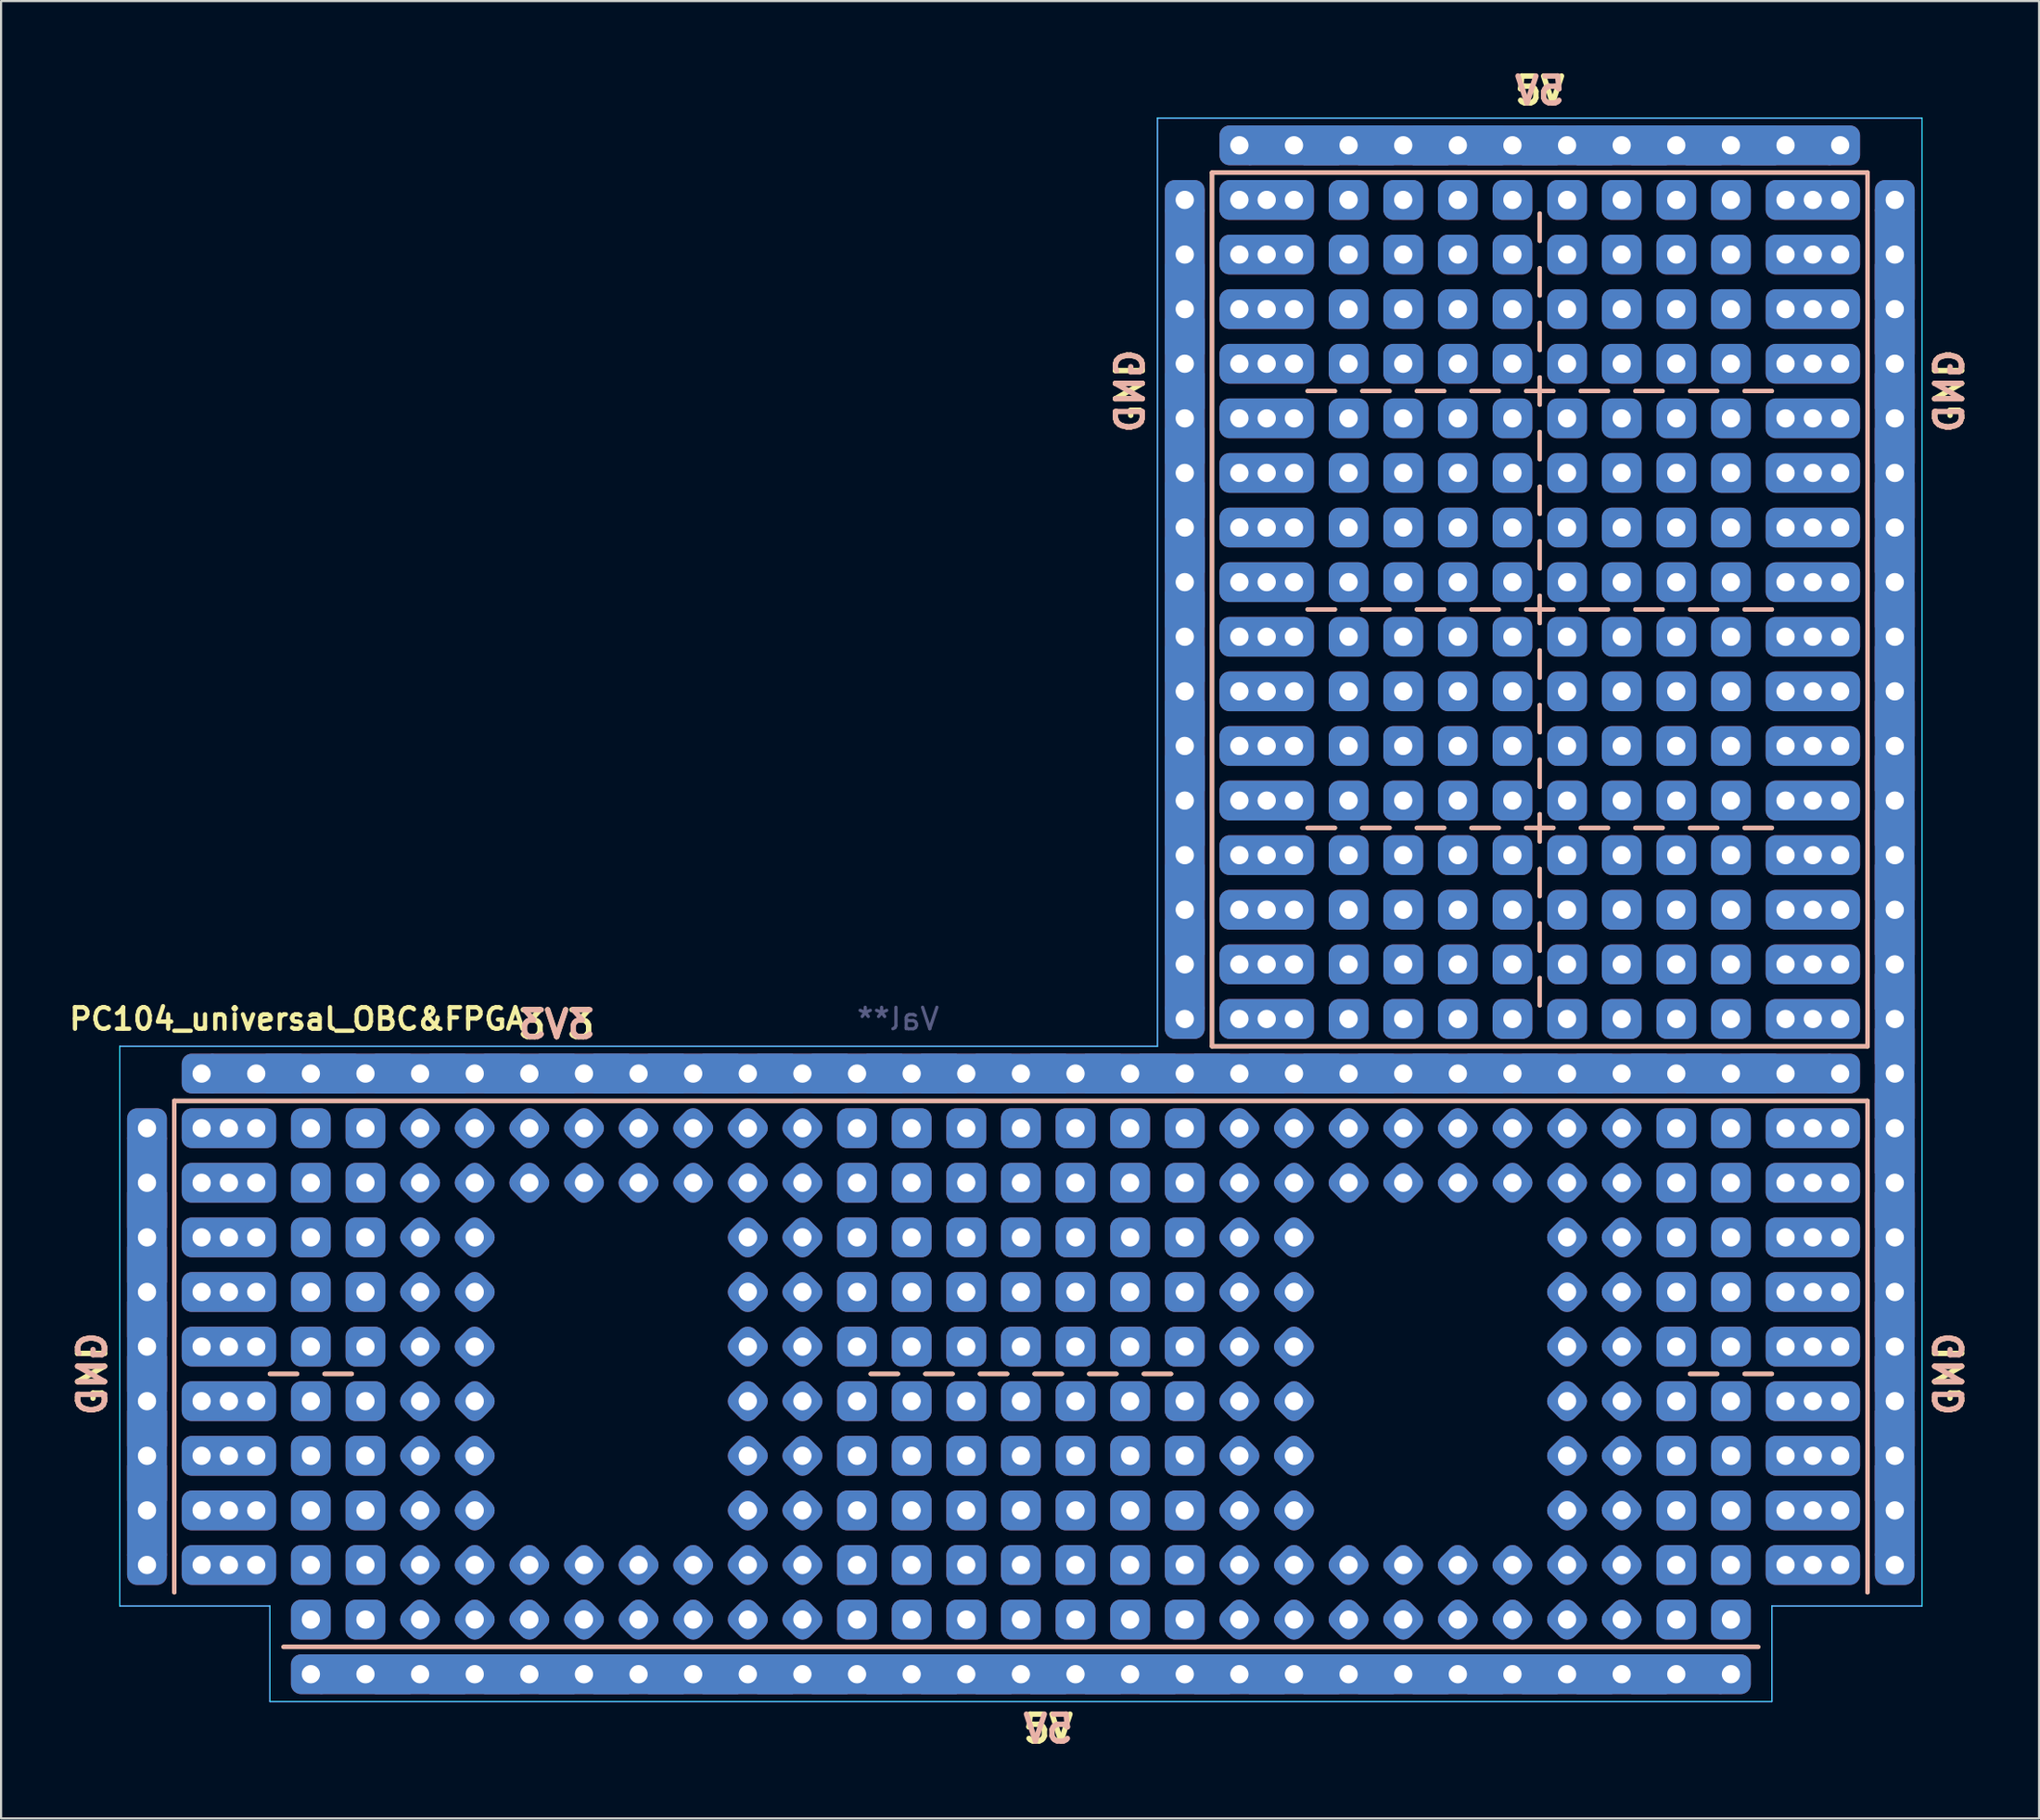
<source format=kicad_pcb>
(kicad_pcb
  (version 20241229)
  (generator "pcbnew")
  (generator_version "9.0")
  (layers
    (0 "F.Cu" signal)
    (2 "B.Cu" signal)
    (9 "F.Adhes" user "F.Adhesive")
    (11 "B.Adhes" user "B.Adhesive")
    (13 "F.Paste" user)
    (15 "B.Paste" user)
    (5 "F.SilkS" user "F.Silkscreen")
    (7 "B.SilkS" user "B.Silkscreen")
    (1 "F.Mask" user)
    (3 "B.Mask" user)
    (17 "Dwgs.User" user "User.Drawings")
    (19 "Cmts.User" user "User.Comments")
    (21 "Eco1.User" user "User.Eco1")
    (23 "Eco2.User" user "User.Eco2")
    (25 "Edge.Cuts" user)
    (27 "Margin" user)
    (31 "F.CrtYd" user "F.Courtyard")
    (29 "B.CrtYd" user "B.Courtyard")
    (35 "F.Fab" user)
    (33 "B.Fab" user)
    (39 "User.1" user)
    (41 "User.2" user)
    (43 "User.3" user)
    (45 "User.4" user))
  (footprint "PC104_universal_OBC&FPGA"
    (layer "F.Cu")
    (at 3.786 46.89)
    (property "Reference" "PC104_universal_OBC&FPGA" (at 6.985 -2.54 0) (layer "F.SilkS") (effects (font (size 1 1) (thickness 0.2))))
    (attr through_hole)
    (fp_line (start 1.27 1.27) (end 80.01 1.27) (stroke (width 0.2) (type solid)) (layer "F.SilkS"))
    (fp_line (start 1.27 24.13) (end 1.27 1.27) (stroke (width 0.2) (type solid)) (layer "F.SilkS"))
    (fp_line (start 5.715 13.97) (end 6.985 13.97) (stroke (width 0.2) (type solid)) (layer "F.SilkS"))
    (fp_line (start 8.255 13.97) (end 9.525 13.97) (stroke (width 0.2) (type solid)) (layer "F.SilkS"))
    (fp_line (start 33.655 13.97) (end 34.925 13.97) (stroke (width 0.2) (type solid)) (layer "F.SilkS"))
    (fp_line (start 36.195 13.97) (end 37.465 13.97) (stroke (width 0.2) (type solid)) (layer "F.SilkS"))
    (fp_line (start 38.735 13.97) (end 40.005 13.97) (stroke (width 0.2) (type solid)) (layer "F.SilkS"))
    (fp_line (start 41.275 13.97) (end 42.545 13.97) (stroke (width 0.2) (type solid)) (layer "F.SilkS"))
    (fp_line (start 43.815 13.97) (end 45.085 13.97) (stroke (width 0.2) (type solid)) (layer "F.SilkS"))
    (fp_line (start 46.355 13.97) (end 47.625 13.97) (stroke (width 0.2) (type solid)) (layer "F.SilkS"))
    (fp_line (start 49.53 -41.91) (end 80.01 -41.91) (stroke (width 0.2) (type solid)) (layer "F.SilkS"))
    (fp_line (start 49.53 -1.27) (end 49.53 -41.91) (stroke (width 0.2) (type solid)) (layer "F.SilkS"))
    (fp_line (start 53.975 -31.75) (end 55.245 -31.75) (stroke (width 0.2) (type solid)) (layer "F.SilkS"))
    (fp_line (start 53.975 -21.59) (end 55.245 -21.59) (stroke (width 0.2) (type solid)) (layer "F.SilkS"))
    (fp_line (start 53.975 -11.43) (end 55.245 -11.43) (stroke (width 0.2) (type solid)) (layer "F.SilkS"))
    (fp_line (start 56.515 -31.75) (end 57.785 -31.75) (stroke (width 0.2) (type solid)) (layer "F.SilkS"))
    (fp_line (start 56.515 -21.59) (end 57.785 -21.59) (stroke (width 0.2) (type solid)) (layer "F.SilkS"))
    (fp_line (start 56.515 -11.43) (end 57.785 -11.43) (stroke (width 0.2) (type solid)) (layer "F.SilkS"))
    (fp_line (start 59.055 -31.75) (end 60.325 -31.75) (stroke (width 0.2) (type solid)) (layer "F.SilkS"))
    (fp_line (start 59.055 -21.59) (end 60.325 -21.59) (stroke (width 0.2) (type solid)) (layer "F.SilkS"))
    (fp_line (start 59.055 -11.43) (end 60.325 -11.43) (stroke (width 0.2) (type solid)) (layer "F.SilkS"))
    (fp_line (start 61.595 -31.75) (end 62.865 -31.75) (stroke (width 0.2) (type solid)) (layer "F.SilkS"))
    (fp_line (start 61.595 -21.59) (end 62.865 -21.59) (stroke (width 0.2) (type solid)) (layer "F.SilkS"))
    (fp_line (start 61.595 -11.43) (end 62.865 -11.43) (stroke (width 0.2) (type solid)) (layer "F.SilkS"))
    (fp_line (start 64.135 -31.75) (end 65.405 -31.75) (stroke (width 0.2) (type solid)) (layer "F.SilkS"))
    (fp_line (start 64.135 -21.59) (end 65.405 -21.59) (stroke (width 0.2) (type solid)) (layer "F.SilkS"))
    (fp_line (start 64.135 -11.43) (end 65.405 -11.43) (stroke (width 0.2) (type solid)) (layer "F.SilkS"))
    (fp_line (start 64.77 -40.005) (end 64.77 -38.735) (stroke (width 0.2) (type solid)) (layer "F.SilkS"))
    (fp_line (start 64.77 -37.465) (end 64.77 -36.195) (stroke (width 0.2) (type solid)) (layer "F.SilkS"))
    (fp_line (start 64.77 -34.925) (end 64.77 -33.655) (stroke (width 0.2) (type solid)) (layer "F.SilkS"))
    (fp_line (start 64.77 -32.385) (end 64.77 -31.115) (stroke (width 0.2) (type solid)) (layer "F.SilkS"))
    (fp_line (start 64.77 -29.845) (end 64.77 -28.575) (stroke (width 0.2) (type solid)) (layer "F.SilkS"))
    (fp_line (start 64.77 -27.305) (end 64.77 -26.035) (stroke (width 0.2) (type solid)) (layer "F.SilkS"))
    (fp_line (start 64.77 -24.765) (end 64.77 -23.495) (stroke (width 0.2) (type solid)) (layer "F.SilkS"))
    (fp_line (start 64.77 -22.225) (end 64.77 -20.955) (stroke (width 0.2) (type solid)) (layer "F.SilkS"))
    (fp_line (start 64.77 -19.685) (end 64.77 -18.415) (stroke (width 0.2) (type solid)) (layer "F.SilkS"))
    (fp_line (start 64.77 -17.145) (end 64.77 -15.875) (stroke (width 0.2) (type solid)) (layer "F.SilkS"))
    (fp_line (start 64.77 -14.605) (end 64.77 -13.335) (stroke (width 0.2) (type solid)) (layer "F.SilkS"))
    (fp_line (start 64.77 -12.065) (end 64.77 -10.795) (stroke (width 0.2) (type solid)) (layer "F.SilkS"))
    (fp_line (start 64.77 -9.525) (end 64.77 -8.255) (stroke (width 0.2) (type solid)) (layer "F.SilkS"))
    (fp_line (start 64.77 -6.985) (end 64.77 -5.715) (stroke (width 0.2) (type solid)) (layer "F.SilkS"))
    (fp_line (start 64.77 -4.445) (end 64.77 -3.175) (stroke (width 0.2) (type solid)) (layer "F.SilkS"))
    (fp_line (start 66.675 -31.75) (end 67.945 -31.75) (stroke (width 0.2) (type solid)) (layer "F.SilkS"))
    (fp_line (start 66.675 -21.59) (end 67.945 -21.59) (stroke (width 0.2) (type solid)) (layer "F.SilkS"))
    (fp_line (start 66.675 -11.43) (end 67.945 -11.43) (stroke (width 0.2) (type solid)) (layer "F.SilkS"))
    (fp_line (start 69.215 -31.75) (end 70.485 -31.75) (stroke (width 0.2) (type solid)) (layer "F.SilkS"))
    (fp_line (start 69.215 -21.59) (end 70.485 -21.59) (stroke (width 0.2) (type solid)) (layer "F.SilkS"))
    (fp_line (start 69.215 -11.43) (end 70.485 -11.43) (stroke (width 0.2) (type solid)) (layer "F.SilkS"))
    (fp_line (start 71.755 -31.75) (end 73.025 -31.75) (stroke (width 0.2) (type solid)) (layer "F.SilkS"))
    (fp_line (start 71.755 -21.59) (end 73.025 -21.59) (stroke (width 0.2) (type solid)) (layer "F.SilkS"))
    (fp_line (start 71.755 -11.43) (end 73.025 -11.43) (stroke (width 0.2) (type solid)) (layer "F.SilkS"))
    (fp_line (start 71.755 13.97) (end 73.025 13.97) (stroke (width 0.2) (type solid)) (layer "F.SilkS"))
    (fp_line (start 74.295 -31.75) (end 75.565 -31.75) (stroke (width 0.2) (type solid)) (layer "F.SilkS"))
    (fp_line (start 74.295 -21.59) (end 75.565 -21.59) (stroke (width 0.2) (type solid)) (layer "F.SilkS"))
    (fp_line (start 74.295 -11.43) (end 75.565 -11.43) (stroke (width 0.2) (type solid)) (layer "F.SilkS"))
    (fp_line (start 74.295 13.97) (end 75.565 13.97) (stroke (width 0.2) (type solid)) (layer "F.SilkS"))
    (fp_line (start 74.93 26.67) (end 6.35 26.67) (stroke (width 0.2) (type solid)) (layer "F.SilkS"))
    (fp_line (start 80.01 -41.91) (end 80.01 -1.27) (stroke (width 0.2) (type solid)) (layer "F.SilkS"))
    (fp_line (start 80.01 -1.27) (end 49.53 -1.27) (stroke (width 0.2) (type solid)) (layer "F.SilkS"))
    (fp_line (start 80.01 1.27) (end 80.01 24.13) (stroke (width 0.2) (type solid)) (layer "F.SilkS"))
    (fp_line (start 1.27 1.27) (end 80.01 1.27) (stroke (width 0.2) (type solid)) (layer "B.SilkS"))
    (fp_line (start 1.27 24.13) (end 1.27 1.27) (stroke (width 0.2) (type solid)) (layer "B.SilkS"))
    (fp_line (start 5.715 13.97) (end 6.985 13.97) (stroke (width 0.2) (type solid)) (layer "B.SilkS"))
    (fp_line (start 8.255 13.97) (end 9.525 13.97) (stroke (width 0.2) (type solid)) (layer "B.SilkS"))
    (fp_line (start 33.655 13.97) (end 34.925 13.97) (stroke (width 0.2) (type solid)) (layer "B.SilkS"))
    (fp_line (start 36.195 13.97) (end 37.465 13.97) (stroke (width 0.2) (type solid)) (layer "B.SilkS"))
    (fp_line (start 38.735 13.97) (end 40.005 13.97) (stroke (width 0.2) (type solid)) (layer "B.SilkS"))
    (fp_line (start 41.275 13.97) (end 42.545 13.97) (stroke (width 0.2) (type solid)) (layer "B.SilkS"))
    (fp_line (start 43.815 13.97) (end 45.085 13.97) (stroke (width 0.2) (type solid)) (layer "B.SilkS"))
    (fp_line (start 46.355 13.97) (end 47.625 13.97) (stroke (width 0.2) (type solid)) (layer "B.SilkS"))
    (fp_line (start 49.53 -41.91) (end 80.01 -41.91) (stroke (width 0.2) (type solid)) (layer "B.SilkS"))
    (fp_line (start 49.53 -1.27) (end 49.53 -41.91) (stroke (width 0.2) (type solid)) (layer "B.SilkS"))
    (fp_line (start 53.975 -31.75) (end 55.245 -31.75) (stroke (width 0.2) (type solid)) (layer "B.SilkS"))
    (fp_line (start 53.975 -21.59) (end 55.245 -21.59) (stroke (width 0.2) (type solid)) (layer "B.SilkS"))
    (fp_line (start 53.975 -11.43) (end 55.245 -11.43) (stroke (width 0.2) (type solid)) (layer "B.SilkS"))
    (fp_line (start 56.515 -31.75) (end 57.785 -31.75) (stroke (width 0.2) (type solid)) (layer "B.SilkS"))
    (fp_line (start 56.515 -21.59) (end 57.785 -21.59) (stroke (width 0.2) (type solid)) (layer "B.SilkS"))
    (fp_line (start 56.515 -11.43) (end 57.785 -11.43) (stroke (width 0.2) (type solid)) (layer "B.SilkS"))
    (fp_line (start 59.055 -31.75) (end 60.325 -31.75) (stroke (width 0.2) (type solid)) (layer "B.SilkS"))
    (fp_line (start 59.055 -21.59) (end 60.325 -21.59) (stroke (width 0.2) (type solid)) (layer "B.SilkS"))
    (fp_line (start 59.055 -11.43) (end 60.325 -11.43) (stroke (width 0.2) (type solid)) (layer "B.SilkS"))
    (fp_line (start 61.595 -31.75) (end 62.865 -31.75) (stroke (width 0.2) (type solid)) (layer "B.SilkS"))
    (fp_line (start 61.595 -21.59) (end 62.865 -21.59) (stroke (width 0.2) (type solid)) (layer "B.SilkS"))
    (fp_line (start 61.595 -11.43) (end 62.865 -11.43) (stroke (width 0.2) (type solid)) (layer "B.SilkS"))
    (fp_line (start 64.135 -31.75) (end 65.405 -31.75) (stroke (width 0.2) (type solid)) (layer "B.SilkS"))
    (fp_line (start 64.135 -21.59) (end 65.405 -21.59) (stroke (width 0.2) (type solid)) (layer "B.SilkS"))
    (fp_line (start 64.135 -11.43) (end 65.405 -11.43) (stroke (width 0.2) (type solid)) (layer "B.SilkS"))
    (fp_line (start 64.77 -40.005) (end 64.77 -38.735) (stroke (width 0.2) (type solid)) (layer "B.SilkS"))
    (fp_line (start 64.77 -37.465) (end 64.77 -36.195) (stroke (width 0.2) (type solid)) (layer "B.SilkS"))
    (fp_line (start 64.77 -34.925) (end 64.77 -33.655) (stroke (width 0.2) (type solid)) (layer "B.SilkS"))
    (fp_line (start 64.77 -32.385) (end 64.77 -31.115) (stroke (width 0.2) (type solid)) (layer "B.SilkS"))
    (fp_line (start 64.77 -29.845) (end 64.77 -28.575) (stroke (width 0.2) (type solid)) (layer "B.SilkS"))
    (fp_line (start 64.77 -27.305) (end 64.77 -26.035) (stroke (width 0.2) (type solid)) (layer "B.SilkS"))
    (fp_line (start 64.77 -24.765) (end 64.77 -23.495) (stroke (width 0.2) (type solid)) (layer "B.SilkS"))
    (fp_line (start 64.77 -22.225) (end 64.77 -20.955) (stroke (width 0.2) (type solid)) (layer "B.SilkS"))
    (fp_line (start 64.77 -19.685) (end 64.77 -18.415) (stroke (width 0.2) (type solid)) (layer "B.SilkS"))
    (fp_line (start 64.77 -17.145) (end 64.77 -15.875) (stroke (width 0.2) (type solid)) (layer "B.SilkS"))
    (fp_line (start 64.77 -14.605) (end 64.77 -13.335) (stroke (width 0.2) (type solid)) (layer "B.SilkS"))
    (fp_line (start 64.77 -12.065) (end 64.77 -10.795) (stroke (width 0.2) (type solid)) (layer "B.SilkS"))
    (fp_line (start 64.77 -9.525) (end 64.77 -8.255) (stroke (width 0.2) (type solid)) (layer "B.SilkS"))
    (fp_line (start 64.77 -6.985) (end 64.77 -5.715) (stroke (width 0.2) (type solid)) (layer "B.SilkS"))
    (fp_line (start 64.77 -4.445) (end 64.77 -3.175) (stroke (width 0.2) (type solid)) (layer "B.SilkS"))
    (fp_line (start 66.675 -31.75) (end 67.945 -31.75) (stroke (width 0.2) (type solid)) (layer "B.SilkS"))
    (fp_line (start 66.675 -21.59) (end 67.945 -21.59) (stroke (width 0.2) (type solid)) (layer "B.SilkS"))
    (fp_line (start 66.675 -11.43) (end 67.945 -11.43) (stroke (width 0.2) (type solid)) (layer "B.SilkS"))
    (fp_line (start 69.215 -31.75) (end 70.485 -31.75) (stroke (width 0.2) (type solid)) (layer "B.SilkS"))
    (fp_line (start 69.215 -21.59) (end 70.485 -21.59) (stroke (width 0.2) (type solid)) (layer "B.SilkS"))
    (fp_line (start 69.215 -11.43) (end 70.485 -11.43) (stroke (width 0.2) (type solid)) (layer "B.SilkS"))
    (fp_line (start 71.755 -31.75) (end 73.025 -31.75) (stroke (width 0.2) (type solid)) (layer "B.SilkS"))
    (fp_line (start 71.755 -21.59) (end 73.025 -21.59) (stroke (width 0.2) (type solid)) (layer "B.SilkS"))
    (fp_line (start 71.755 -11.43) (end 73.025 -11.43) (stroke (width 0.2) (type solid)) (layer "B.SilkS"))
    (fp_line (start 71.755 13.97) (end 73.025 13.97) (stroke (width 0.2) (type solid)) (layer "B.SilkS"))
    (fp_line (start 74.295 -31.75) (end 75.565 -31.75) (stroke (width 0.2) (type solid)) (layer "B.SilkS"))
    (fp_line (start 74.295 -21.59) (end 75.565 -21.59) (stroke (width 0.2) (type solid)) (layer "B.SilkS"))
    (fp_line (start 74.295 -11.43) (end 75.565 -11.43) (stroke (width 0.2) (type solid)) (layer "B.SilkS"))
    (fp_line (start 74.295 13.97) (end 75.565 13.97) (stroke (width 0.2) (type solid)) (layer "B.SilkS"))
    (fp_line (start 74.93 26.67) (end 6.35 26.67) (stroke (width 0.2) (type solid)) (layer "B.SilkS"))
    (fp_line (start 80.01 -41.91) (end 80.01 -1.27) (stroke (width 0.2) (type solid)) (layer "B.SilkS"))
    (fp_line (start 80.01 -1.27) (end 49.53 -1.27) (stroke (width 0.2) (type solid)) (layer "B.SilkS"))
    (fp_line (start 80.01 1.27) (end 80.01 24.13) (stroke (width 0.2) (type solid)) (layer "B.SilkS"))
    (fp_line (start -1.27 -1.27) (end 46.99 -1.27) (stroke (width 0.05) (type solid)) (layer "B.CrtYd"))
    (fp_line (start -1.27 24.765) (end -1.27 -1.27) (stroke (width 0.05) (type solid)) (layer "B.CrtYd"))
    (fp_line (start 5.715 24.765) (end -1.27 24.765) (stroke (width 0.05) (type solid)) (layer "B.CrtYd"))
    (fp_line (start 5.715 29.21) (end 5.715 24.765) (stroke (width 0.05) (type solid)) (layer "B.CrtYd"))
    (fp_line (start 46.99 -44.45) (end 82.55 -44.45) (stroke (width 0.05) (type solid)) (layer "B.CrtYd"))
    (fp_line (start 46.99 -1.27) (end 46.99 -44.45) (stroke (width 0.05) (type solid)) (layer "B.CrtYd"))
    (fp_line (start 75.565 24.765) (end 75.565 29.21) (stroke (width 0.05) (type solid)) (layer "B.CrtYd"))
    (fp_line (start 75.565 29.21) (end 5.715 29.21) (stroke (width 0.05) (type solid)) (layer "B.CrtYd"))
    (fp_line (start 82.55 -44.45) (end 82.55 24.765) (stroke (width 0.05) (type solid)) (layer "B.CrtYd"))
    (fp_line (start 82.55 24.765) (end 75.565 24.765) (stroke (width 0.05) (type solid)) (layer "B.CrtYd"))
    (fp_line (start -1.27 -1.27) (end 46.99 -1.27) (stroke (width 0.05) (type solid)) (layer "F.CrtYd"))
    (fp_line (start -1.27 24.765) (end -1.27 -1.27) (stroke (width 0.05) (type solid)) (layer "F.CrtYd"))
    (fp_line (start 5.715 24.765) (end -1.27 24.765) (stroke (width 0.05) (type solid)) (layer "F.CrtYd"))
    (fp_line (start 5.715 29.21) (end 5.715 24.765) (stroke (width 0.05) (type solid)) (layer "F.CrtYd"))
    (fp_line (start 46.99 -44.45) (end 82.55 -44.45) (stroke (width 0.05) (type solid)) (layer "F.CrtYd"))
    (fp_line (start 46.99 -1.27) (end 46.99 -44.45) (stroke (width 0.05) (type solid)) (layer "F.CrtYd"))
    (fp_line (start 75.565 24.765) (end 75.565 29.21) (stroke (width 0.05) (type solid)) (layer "F.CrtYd"))
    (fp_line (start 75.565 29.21) (end 5.715 29.21) (stroke (width 0.05) (type solid)) (layer "F.CrtYd"))
    (fp_line (start 82.55 -44.45) (end 82.55 24.765) (stroke (width 0.05) (type solid)) (layer "F.CrtYd"))
    (fp_line (start 82.55 24.765) (end 75.565 24.765) (stroke (width 0.05) (type solid)) (layer "F.CrtYd"))
    (fp_text user "5V" (at 41.91 30.48 180) (layer "F.SilkS") (effects (font (size 1.25 1.25) (thickness 0.25))))
    (fp_text user "GND" (at -2.54 13.97 90) (layer "F.SilkS") (effects (font (size 1.25 1.25) (thickness 0.25))))
    (fp_text user "GND" (at 83.82 13.97 270) (layer "F.SilkS") (effects (font (size 1.25 1.25) (thickness 0.25))))
    (fp_text user "GND" (at 83.82 -31.75 270) (layer "F.SilkS") (effects (font (size 1.25 1.25) (thickness 0.25))))
    (fp_text user "3V3" (at 19.05 -2.286 180) (layer "F.SilkS") (effects (font (size 1.25 1.25) (thickness 0.25))))
    (fp_text user "GND" (at 45.72 -31.75 270) (layer "F.SilkS") (effects (font (size 1.25 1.25) (thickness 0.25))))
    (fp_text user "5V" (at 64.77 -45.72 180) (layer "F.SilkS") (effects (font (size 1.25 1.25) (thickness 0.25))))
    (fp_text user "5V" (at 64.77 -45.72 180) (layer "B.SilkS") (effects (font (size 1.25 1.25) (thickness 0.25)) (justify mirror)))
    (fp_text user "GND" (at -2.54 13.97 270) (layer "B.SilkS") (effects (font (size 1.25 1.25) (thickness 0.25)) (justify mirror)))
    (fp_text user "GND" (at 83.82 -31.75 90) (layer "B.SilkS") (effects (font (size 1.25 1.25) (thickness 0.25)) (justify mirror)))
    (fp_text user "GND" (at 45.72 -31.75 90) (layer "B.SilkS") (effects (font (size 1.25 1.25) (thickness 0.25)) (justify mirror)))
    (fp_text user "5V" (at 41.91 30.48 180) (layer "B.SilkS") (effects (font (size 1.25 1.25) (thickness 0.25)) (justify mirror)))
    (fp_text user "GND" (at 83.82 13.97 90) (layer "B.SilkS") (effects (font (size 1.25 1.25) (thickness 0.25)) (justify mirror)))
    (fp_text user "3V3" (at 19.05 -2.286 180) (layer "B.SilkS") (effects (font (size 1.25 1.25) (thickness 0.25)) (justify mirror)))
    (fp_text user "Val**" (at 34.925 -2.54 0) (layer "B.Fab") (effects (font (size 1 1) (thickness 0.15)) (justify mirror)))
    (pad "1" thru_hole roundrect (at 0 2.54 270) (size 1.85 1.85) (drill 0.85) (layers "*.Cu" "*.Mask") (roundrect_rratio 0.25))
    (pad "1" thru_hole rect (at 0 5.08 90) (size 4.2 1.85) (drill 0.85) (layers "*.Cu" "*.Mask"))
    (pad "1" thru_hole rect (at 0 7.62 90) (size 4.2 1.85) (drill 0.85) (layers "*.Cu" "*.Mask"))
    (pad "1" thru_hole rect (at 0 10.16 90) (size 4.2 1.85) (drill 0.85) (layers "*.Cu" "*.Mask"))
    (pad "1" thru_hole rect (at 0 12.7 90) (size 4.2 1.85) (drill 0.85) (layers "*.Cu" "*.Mask"))
    (pad "1" thru_hole rect (at 0 15.24 90) (size 4.2 1.85) (drill 0.85) (layers "*.Cu" "*.Mask"))
    (pad "1" thru_hole rect (at 0 17.78 90) (size 4.2 1.85) (drill 0.85) (layers "*.Cu" "*.Mask"))
    (pad "1" thru_hole rect (at 0 20.32 90) (size 4.2 1.85) (drill 0.85) (layers "*.Cu" "*.Mask"))
    (pad "1" thru_hole roundrect (at 0 22.86 270) (size 1.85 1.85) (drill 0.85) (layers "*.Cu" "*.Mask") (roundrect_rratio 0.25))
    (pad "1" thru_hole roundrect (at 48.26 -40.64) (size 1.85 1.85) (drill 0.85) (layers "*.Cu" "*.Mask") (roundrect_rratio 0.25))
    (pad "1" thru_hole rect (at 48.26 -38.1 90) (size 4.2 1.85) (drill 0.85) (layers "*.Cu" "*.Mask"))
    (pad "1" thru_hole rect (at 48.26 -35.56 90) (size 4.2 1.85) (drill 0.85) (layers "*.Cu" "*.Mask"))
    (pad "1" thru_hole rect (at 48.26 -33.02 90) (size 4.2 1.85) (drill 0.85) (layers "*.Cu" "*.Mask"))
    (pad "1" thru_hole rect (at 48.26 -30.48 90) (size 4.2 1.85) (drill 0.85) (layers "*.Cu" "*.Mask"))
    (pad "1" thru_hole rect (at 48.26 -27.94 90) (size 4.2 1.85) (drill 0.85) (layers "*.Cu" "*.Mask"))
    (pad "1" thru_hole rect (at 48.26 -25.4 90) (size 4.2 1.85) (drill 0.85) (layers "*.Cu" "*.Mask"))
    (pad "1" thru_hole rect (at 48.26 -22.86 90) (size 4.2 1.85) (drill 0.85) (layers "*.Cu" "*.Mask"))
    (pad "1" thru_hole rect (at 48.26 -20.32 90) (size 4.2 1.85) (drill 0.85) (layers "*.Cu" "*.Mask"))
    (pad "1" thru_hole rect (at 48.26 -17.78 90) (size 4.2 1.85) (drill 0.85) (layers "*.Cu" "*.Mask"))
    (pad "1" thru_hole rect (at 48.26 -15.24 90) (size 4.2 1.85) (drill 0.85) (layers "*.Cu" "*.Mask"))
    (pad "1" thru_hole rect (at 48.26 -12.7 90) (size 4.2 1.85) (drill 0.85) (layers "*.Cu" "*.Mask"))
    (pad "1" thru_hole rect (at 48.26 -10.16 90) (size 4.2 1.85) (drill 0.85) (layers "*.Cu" "*.Mask"))
    (pad "1" thru_hole rect (at 48.26 -7.62 90) (size 4.2 1.85) (drill 0.85) (layers "*.Cu" "*.Mask"))
    (pad "1" thru_hole rect (at 48.26 -5.08 90) (size 4.2 1.85) (drill 0.85) (layers "*.Cu" "*.Mask"))
    (pad "1" thru_hole roundrect (at 48.26 -2.54 270) (size 1.85 1.85) (drill 0.85) (layers "*.Cu" "*.Mask") (roundrect_rratio 0.25))
    (pad "1" thru_hole roundrect (at 81.28 -40.64) (size 1.85 1.85) (drill 0.85) (layers "*.Cu" "*.Mask") (roundrect_rratio 0.25))
    (pad "1" thru_hole rect (at 81.28 -38.1 90) (size 4.2 1.85) (drill 0.85) (layers "*.Cu" "*.Mask"))
    (pad "1" thru_hole rect (at 81.28 -35.56 90) (size 4.2 1.85) (drill 0.85) (layers "*.Cu" "*.Mask"))
    (pad "1" thru_hole rect (at 81.28 -33.02 90) (size 4.2 1.85) (drill 0.85) (layers "*.Cu" "*.Mask"))
    (pad "1" thru_hole rect (at 81.28 -30.48 90) (size 4.2 1.85) (drill 0.85) (layers "*.Cu" "*.Mask"))
    (pad "1" thru_hole rect (at 81.28 -27.94 90) (size 4.2 1.85) (drill 0.85) (layers "*.Cu" "*.Mask"))
    (pad "1" thru_hole rect (at 81.28 -25.4 90) (size 4.2 1.85) (drill 0.85) (layers "*.Cu" "*.Mask"))
    (pad "1" thru_hole rect (at 81.28 -22.86 90) (size 4.2 1.85) (drill 0.85) (layers "*.Cu" "*.Mask"))
    (pad "1" thru_hole rect (at 81.28 -20.32 90) (size 4.2 1.85) (drill 0.85) (layers "*.Cu" "*.Mask"))
    (pad "1" thru_hole rect (at 81.28 -17.78 90) (size 4.2 1.85) (drill 0.85) (layers "*.Cu" "*.Mask"))
    (pad "1" thru_hole rect (at 81.28 -15.24 90) (size 4.2 1.85) (drill 0.85) (layers "*.Cu" "*.Mask"))
    (pad "1" thru_hole rect (at 81.28 -12.7 90) (size 4.2 1.85) (drill 0.85) (layers "*.Cu" "*.Mask"))
    (pad "1" thru_hole rect (at 81.28 -10.16 90) (size 4.2 1.85) (drill 0.85) (layers "*.Cu" "*.Mask"))
    (pad "1" thru_hole rect (at 81.28 -7.62 90) (size 4.2 1.85) (drill 0.85) (layers "*.Cu" "*.Mask"))
    (pad "1" thru_hole rect (at 81.28 -5.08 90) (size 4.2 1.85) (drill 0.85) (layers "*.Cu" "*.Mask"))
    (pad "1" thru_hole rect (at 81.28 -2.54 90) (size 4.2 1.85) (drill 0.85) (layers "*.Cu" "*.Mask"))
    (pad "1" thru_hole rect (at 81.28 0 90) (size 4.2 1.85) (drill 0.85) (layers "*.Cu" "*.Mask"))
    (pad "1" thru_hole rect (at 81.28 2.54 90) (size 4.2 1.85) (drill 0.85) (layers "*.Cu" "*.Mask"))
    (pad "1" thru_hole rect (at 81.28 5.08 90) (size 4.2 1.85) (drill 0.85) (layers "*.Cu" "*.Mask"))
    (pad "1" thru_hole rect (at 81.28 7.62 90) (size 4.2 1.85) (drill 0.85) (layers "*.Cu" "*.Mask"))
    (pad "1" thru_hole rect (at 81.28 10.16 90) (size 4.2 1.85) (drill 0.85) (layers "*.Cu" "*.Mask"))
    (pad "1" thru_hole rect (at 81.28 12.7 90) (size 4.2 1.85) (drill 0.85) (layers "*.Cu" "*.Mask"))
    (pad "1" thru_hole rect (at 81.28 15.24 90) (size 4.2 1.85) (drill 0.85) (layers "*.Cu" "*.Mask"))
    (pad "1" thru_hole rect (at 81.28 17.78 90) (size 4.2 1.85) (drill 0.85) (layers "*.Cu" "*.Mask"))
    (pad "1" thru_hole rect (at 81.28 20.32 90) (size 4.2 1.85) (drill 0.85) (layers "*.Cu" "*.Mask"))
    (pad "1" thru_hole roundrect (at 81.28 22.86 270) (size 1.85 1.85) (drill 0.85) (layers "*.Cu" "*.Mask") (roundrect_rratio 0.25))
    (pad "2" thru_hole roundrect (at 2.54 0) (size 1.85 1.85) (drill 0.85) (layers "*.Cu" "*.Mask") (roundrect_rratio 0.25))
    (pad "2" thru_hole rect (at 5.08 0) (size 4.2 1.85) (drill 0.85) (layers "*.Cu" "*.Mask"))
    (pad "2" thru_hole rect (at 7.62 0) (size 4.2 1.85) (drill 0.85) (layers "*.Cu" "*.Mask"))
    (pad "2" thru_hole rect (at 10.16 0) (size 4.2 1.85) (drill 0.85) (layers "*.Cu" "*.Mask"))
    (pad "2" thru_hole rect (at 12.7 0) (size 4.2 1.85) (drill 0.85) (layers "*.Cu" "*.Mask"))
    (pad "2" thru_hole rect (at 15.24 0) (size 4.2 1.85) (drill 0.85) (layers "*.Cu" "*.Mask"))
    (pad "2" thru_hole rect (at 17.78 0) (size 4.2 1.85) (drill 0.85) (layers "*.Cu" "*.Mask"))
    (pad "2" thru_hole rect (at 20.32 0) (size 4.2 1.85) (drill 0.85) (layers "*.Cu" "*.Mask"))
    (pad "2" thru_hole rect (at 22.86 0) (size 4.2 1.85) (drill 0.85) (layers "*.Cu" "*.Mask"))
    (pad "2" thru_hole rect (at 25.4 0) (size 4.2 1.85) (drill 0.85) (layers "*.Cu" "*.Mask"))
    (pad "2" thru_hole rect (at 27.94 0) (size 4.2 1.85) (drill 0.85) (layers "*.Cu" "*.Mask"))
    (pad "2" thru_hole rect (at 30.48 0) (size 4.2 1.85) (drill 0.85) (layers "*.Cu" "*.Mask"))
    (pad "2" thru_hole rect (at 33.02 0) (size 4.2 1.85) (drill 0.85) (layers "*.Cu" "*.Mask"))
    (pad "2" thru_hole rect (at 35.56 0) (size 4.2 1.85) (drill 0.85) (layers "*.Cu" "*.Mask"))
    (pad "2" thru_hole rect (at 38.1 0) (size 4.2 1.85) (drill 0.85) (layers "*.Cu" "*.Mask"))
    (pad "2" thru_hole rect (at 40.64 0) (size 4.2 1.85) (drill 0.85) (layers "*.Cu" "*.Mask"))
    (pad "2" thru_hole rect (at 43.18 0) (size 4.2 1.85) (drill 0.85) (layers "*.Cu" "*.Mask"))
    (pad "2" thru_hole rect (at 45.72 0) (size 4.2 1.85) (drill 0.85) (layers "*.Cu" "*.Mask"))
    (pad "2" thru_hole rect (at 48.26 0 180) (size 4.2 1.85) (drill 0.85) (layers "*.Cu" "*.Mask"))
    (pad "2" thru_hole rect (at 50.8 0) (size 4.2 1.85) (drill 0.85) (layers "*.Cu" "*.Mask"))
    (pad "2" thru_hole rect (at 53.34 0) (size 4.2 1.85) (drill 0.85) (layers "*.Cu" "*.Mask"))
    (pad "2" thru_hole rect (at 55.88 0) (size 4.2 1.85) (drill 0.85) (layers "*.Cu" "*.Mask"))
    (pad "2" thru_hole rect (at 58.42 0) (size 4.2 1.85) (drill 0.85) (layers "*.Cu" "*.Mask"))
    (pad "2" thru_hole rect (at 60.96 0) (size 4.2 1.85) (drill 0.85) (layers "*.Cu" "*.Mask"))
    (pad "2" thru_hole rect (at 63.5 0) (size 4.2 1.85) (drill 0.85) (layers "*.Cu" "*.Mask"))
    (pad "2" thru_hole rect (at 66.04 0) (size 4.2 1.85) (drill 0.85) (layers "*.Cu" "*.Mask"))
    (pad "2" thru_hole rect (at 68.58 0) (size 4.2 1.85) (drill 0.85) (layers "*.Cu" "*.Mask"))
    (pad "2" thru_hole rect (at 71.12 0) (size 4.2 1.85) (drill 0.85) (layers "*.Cu" "*.Mask"))
    (pad "2" thru_hole rect (at 73.66 0) (size 4.2 1.85) (drill 0.85) (layers "*.Cu" "*.Mask"))
    (pad "2" thru_hole rect (at 76.2 0) (size 4.2 1.85) (drill 0.85) (layers "*.Cu" "*.Mask"))
    (pad "2" thru_hole roundrect (at 78.74 0) (size 1.85 1.85) (drill 0.85) (layers "*.Cu" "*.Mask") (roundrect_rratio 0.25))
    (pad "3" thru_hole roundrect (at 7.62 27.94 270) (size 1.85 1.85) (drill 0.85) (layers "*.Cu" "*.Mask") (roundrect_rratio 0.25))
    (pad "3" thru_hole rect (at 10.16 27.94) (size 4.2 1.85) (drill 0.85) (layers "*.Cu" "*.Mask"))
    (pad "3" thru_hole rect (at 12.7 27.94) (size 4.2 1.85) (drill 0.85) (layers "*.Cu" "*.Mask"))
    (pad "3" thru_hole rect (at 15.24 27.94) (size 4.2 1.85) (drill 0.85) (layers "*.Cu" "*.Mask"))
    (pad "3" thru_hole rect (at 17.78 27.94) (size 4.2 1.85) (drill 0.85) (layers "*.Cu" "*.Mask"))
    (pad "3" thru_hole rect (at 20.32 27.94) (size 4.2 1.85) (drill 0.85) (layers "*.Cu" "*.Mask"))
    (pad "3" thru_hole rect (at 22.86 27.94) (size 4.2 1.85) (drill 0.85) (layers "*.Cu" "*.Mask"))
    (pad "3" thru_hole rect (at 25.4 27.94) (size 4.2 1.85) (drill 0.85) (layers "*.Cu" "*.Mask"))
    (pad "3" thru_hole rect (at 27.94 27.94) (size 4.2 1.85) (drill 0.85) (layers "*.Cu" "*.Mask"))
    (pad "3" thru_hole rect (at 30.48 27.94) (size 4.2 1.85) (drill 0.85) (layers "*.Cu" "*.Mask"))
    (pad "3" thru_hole rect (at 33.02 27.94) (size 4.2 1.85) (drill 0.85) (layers "*.Cu" "*.Mask"))
    (pad "3" thru_hole rect (at 35.56 27.94) (size 4.2 1.85) (drill 0.85) (layers "*.Cu" "*.Mask"))
    (pad "3" thru_hole rect (at 38.1 27.94) (size 4.2 1.85) (drill 0.85) (layers "*.Cu" "*.Mask"))
    (pad "3" thru_hole rect (at 40.64 27.94) (size 4.2 1.85) (drill 0.85) (layers "*.Cu" "*.Mask"))
    (pad "3" thru_hole rect (at 43.18 27.94) (size 4.2 1.85) (drill 0.85) (layers "*.Cu" "*.Mask"))
    (pad "3" thru_hole rect (at 45.72 27.94) (size 4.2 1.85) (drill 0.85) (layers "*.Cu" "*.Mask"))
    (pad "3" thru_hole rect (at 48.26 27.94) (size 4.2 1.85) (drill 0.85) (layers "*.Cu" "*.Mask"))
    (pad "3" thru_hole roundrect (at 50.8 -43.18) (size 1.85 1.85) (drill 0.85) (layers "*.Cu" "*.Mask") (roundrect_rratio 0.25))
    (pad "3" thru_hole rect (at 50.8 27.94) (size 4.2 1.85) (drill 0.85) (layers "*.Cu" "*.Mask"))
    (pad "3" thru_hole rect (at 53.34 -43.18) (size 4.2 1.85) (drill 0.85) (layers "*.Cu" "*.Mask"))
    (pad "3" thru_hole rect (at 53.34 27.94) (size 4.2 1.85) (drill 0.85) (layers "*.Cu" "*.Mask"))
    (pad "3" thru_hole rect (at 55.88 -43.18) (size 4.2 1.85) (drill 0.85) (layers "*.Cu" "*.Mask"))
    (pad "3" thru_hole rect (at 55.88 27.94) (size 4.2 1.85) (drill 0.85) (layers "*.Cu" "*.Mask"))
    (pad "3" thru_hole rect (at 58.42 -43.18) (size 4.2 1.85) (drill 0.85) (layers "*.Cu" "*.Mask"))
    (pad "3" thru_hole rect (at 58.42 27.94) (size 4.2 1.85) (drill 0.85) (layers "*.Cu" "*.Mask"))
    (pad "3" thru_hole rect (at 60.96 -43.18) (size 4.2 1.85) (drill 0.85) (layers "*.Cu" "*.Mask"))
    (pad "3" thru_hole rect (at 60.96 27.94) (size 4.2 1.85) (drill 0.85) (layers "*.Cu" "*.Mask"))
    (pad "3" thru_hole rect (at 63.5 -43.18) (size 4.2 1.85) (drill 0.85) (layers "*.Cu" "*.Mask"))
    (pad "3" thru_hole rect (at 63.5 27.94) (size 4.2 1.85) (drill 0.85) (layers "*.Cu" "*.Mask"))
    (pad "3" thru_hole rect (at 66.04 -43.18) (size 4.2 1.85) (drill 0.85) (layers "*.Cu" "*.Mask"))
    (pad "3" thru_hole rect (at 66.04 27.94) (size 4.2 1.85) (drill 0.85) (layers "*.Cu" "*.Mask"))
    (pad "3" thru_hole rect (at 68.58 -43.18) (size 4.2 1.85) (drill 0.85) (layers "*.Cu" "*.Mask"))
    (pad "3" thru_hole rect (at 68.58 27.94) (size 4.2 1.85) (drill 0.85) (layers "*.Cu" "*.Mask"))
    (pad "3" thru_hole rect (at 71.12 -43.18) (size 4.2 1.85) (drill 0.85) (layers "*.Cu" "*.Mask"))
    (pad "3" thru_hole rect (at 71.12 27.94) (size 4.2 1.85) (drill 0.85) (layers "*.Cu" "*.Mask"))
    (pad "3" thru_hole rect (at 73.66 -43.18) (size 4.2 1.85) (drill 0.85) (layers "*.Cu" "*.Mask"))
    (pad "3" thru_hole roundrect (at 73.66 27.94 270) (size 1.85 1.85) (drill 0.85) (layers "*.Cu" "*.Mask") (roundrect_rratio 0.25))
    (pad "3" thru_hole rect (at 76.2 -43.18) (size 4.2 1.85) (drill 0.85) (layers "*.Cu" "*.Mask"))
    (pad "3" thru_hole roundrect (at 78.74 -43.18) (size 1.85 1.85) (drill 0.85) (layers "*.Cu" "*.Mask") (roundrect_rratio 0.25))
    (pad "NC" thru_hole circle (at 2.54 2.54) (size 1.5 1.5) (drill 0.85) (layers "*.Cu" "*.Mask"))
    (pad "NC" thru_hole circle (at 2.54 5.08) (size 1.5 1.5) (drill 0.85) (layers "*.Cu" "*.Mask"))
    (pad "NC" thru_hole circle (at 2.54 7.62) (size 1.5 1.5) (drill 0.85) (layers "*.Cu" "*.Mask"))
    (pad "NC" thru_hole circle (at 2.54 10.16) (size 1.5 1.5) (drill 0.85) (layers "*.Cu" "*.Mask"))
    (pad "NC" thru_hole circle (at 2.54 12.7) (size 1.5 1.5) (drill 0.85) (layers "*.Cu" "*.Mask"))
    (pad "NC" thru_hole circle (at 2.54 15.24) (size 1.5 1.5) (drill 0.85) (layers "*.Cu" "*.Mask"))
    (pad "NC" thru_hole circle (at 2.54 17.78) (size 1.5 1.5) (drill 0.85) (layers "*.Cu" "*.Mask"))
    (pad "NC" thru_hole circle (at 2.54 20.32) (size 1.5 1.5) (drill 0.85) (layers "*.Cu" "*.Mask"))
    (pad "NC" thru_hole circle (at 2.54 22.86) (size 1.5 1.5) (drill 0.85) (layers "*.Cu" "*.Mask"))
    (pad "NC" thru_hole roundrect (at 3.81 2.54) (size 4.39 1.85) (drill 0.85) (layers "*.Cu" "*.Mask") (roundrect_rratio 0.25))
    (pad "NC" thru_hole roundrect (at 3.81 5.08) (size 4.39 1.85) (drill 0.85) (layers "*.Cu" "*.Mask") (roundrect_rratio 0.25))
    (pad "NC" thru_hole roundrect (at 3.81 7.62) (size 4.39 1.85) (drill 0.85) (layers "*.Cu" "*.Mask") (roundrect_rratio 0.25))
    (pad "NC" thru_hole roundrect (at 3.81 10.16) (size 4.39 1.85) (drill 0.85) (layers "*.Cu" "*.Mask") (roundrect_rratio 0.25))
    (pad "NC" thru_hole roundrect (at 3.81 12.7) (size 4.39 1.85) (drill 0.85) (layers "*.Cu" "*.Mask") (roundrect_rratio 0.25))
    (pad "NC" thru_hole roundrect (at 3.81 15.24) (size 4.39 1.85) (drill 0.85) (layers "*.Cu" "*.Mask") (roundrect_rratio 0.25))
    (pad "NC" thru_hole roundrect (at 3.81 17.78) (size 4.39 1.85) (drill 0.85) (layers "*.Cu" "*.Mask") (roundrect_rratio 0.25))
    (pad "NC" thru_hole roundrect (at 3.81 20.32) (size 4.39 1.85) (drill 0.85) (layers "*.Cu" "*.Mask") (roundrect_rratio 0.25))
    (pad "NC" thru_hole roundrect (at 3.81 22.86) (size 4.39 1.85) (drill 0.85) (layers "*.Cu" "*.Mask") (roundrect_rratio 0.25))
    (pad "NC" thru_hole circle (at 5.08 2.54) (size 1.5 1.5) (drill 0.85) (layers "*.Cu" "*.Mask"))
    (pad "NC" thru_hole circle (at 5.08 5.08) (size 1.5 1.5) (drill 0.85) (layers "*.Cu" "*.Mask"))
    (pad "NC" thru_hole circle (at 5.08 7.62) (size 1.5 1.5) (drill 0.85) (layers "*.Cu" "*.Mask"))
    (pad "NC" thru_hole circle (at 5.08 10.16) (size 1.5 1.5) (drill 0.85) (layers "*.Cu" "*.Mask"))
    (pad "NC" thru_hole circle (at 5.08 12.7) (size 1.5 1.5) (drill 0.85) (layers "*.Cu" "*.Mask"))
    (pad "NC" thru_hole circle (at 5.08 15.24) (size 1.5 1.5) (drill 0.85) (layers "*.Cu" "*.Mask"))
    (pad "NC" thru_hole circle (at 5.08 17.78) (size 1.5 1.5) (drill 0.85) (layers "*.Cu" "*.Mask"))
    (pad "NC" thru_hole circle (at 5.08 20.32) (size 1.5 1.5) (drill 0.85) (layers "*.Cu" "*.Mask"))
    (pad "NC" thru_hole circle (at 5.08 22.86) (size 1.5 1.5) (drill 0.85) (layers "*.Cu" "*.Mask"))
    (pad "NC" thru_hole roundrect (at 7.62 2.54) (size 1.85 1.85) (drill 0.85) (layers "*.Cu" "*.Mask") (roundrect_rratio 0.25))
    (pad "NC" thru_hole roundrect (at 7.62 5.08) (size 1.85 1.85) (drill 0.85) (layers "*.Cu" "*.Mask") (roundrect_rratio 0.25))
    (pad "NC" thru_hole roundrect (at 7.62 7.62) (size 1.85 1.85) (drill 0.85) (layers "*.Cu" "*.Mask") (roundrect_rratio 0.25))
    (pad "NC" thru_hole roundrect (at 7.62 10.16) (size 1.85 1.85) (drill 0.85) (layers "*.Cu" "*.Mask") (roundrect_rratio 0.25))
    (pad "NC" thru_hole roundrect (at 7.62 12.7) (size 1.85 1.85) (drill 0.85) (layers "*.Cu" "*.Mask") (roundrect_rratio 0.25))
    (pad "NC" thru_hole roundrect (at 7.62 15.24) (size 1.85 1.85) (drill 0.85) (layers "*.Cu" "*.Mask") (roundrect_rratio 0.25))
    (pad "NC" thru_hole roundrect (at 7.62 17.78) (size 1.85 1.85) (drill 0.85) (layers "*.Cu" "*.Mask") (roundrect_rratio 0.25))
    (pad "NC" thru_hole roundrect (at 7.62 20.32) (size 1.85 1.85) (drill 0.85) (layers "*.Cu" "*.Mask") (roundrect_rratio 0.25))
    (pad "NC" thru_hole roundrect (at 7.62 22.86) (size 1.85 1.85) (drill 0.85) (layers "*.Cu" "*.Mask") (roundrect_rratio 0.25))
    (pad "NC" thru_hole roundrect (at 7.62 25.4) (size 1.85 1.85) (drill 0.85) (layers "*.Cu" "*.Mask") (roundrect_rratio 0.25))
    (pad "NC" thru_hole roundrect (at 10.16 2.54) (size 1.85 1.85) (drill 0.85) (layers "*.Cu" "*.Mask") (roundrect_rratio 0.25))
    (pad "NC" thru_hole roundrect (at 10.16 5.08) (size 1.85 1.85) (drill 0.85) (layers "*.Cu" "*.Mask") (roundrect_rratio 0.25))
    (pad "NC" thru_hole roundrect (at 10.16 7.62) (size 1.85 1.85) (drill 0.85) (layers "*.Cu" "*.Mask") (roundrect_rratio 0.25))
    (pad "NC" thru_hole roundrect (at 10.16 10.16) (size 1.85 1.85) (drill 0.85) (layers "*.Cu" "*.Mask") (roundrect_rratio 0.25))
    (pad "NC" thru_hole roundrect (at 10.16 12.7) (size 1.85 1.85) (drill 0.85) (layers "*.Cu" "*.Mask") (roundrect_rratio 0.25))
    (pad "NC" thru_hole roundrect (at 10.16 15.24) (size 1.85 1.85) (drill 0.85) (layers "*.Cu" "*.Mask") (roundrect_rratio 0.25))
    (pad "NC" thru_hole roundrect (at 10.16 17.78) (size 1.85 1.85) (drill 0.85) (layers "*.Cu" "*.Mask") (roundrect_rratio 0.25))
    (pad "NC" thru_hole roundrect (at 10.16 20.32) (size 1.85 1.85) (drill 0.85) (layers "*.Cu" "*.Mask") (roundrect_rratio 0.25))
    (pad "NC" thru_hole roundrect (at 10.16 22.86) (size 1.85 1.85) (drill 0.85) (layers "*.Cu" "*.Mask") (roundrect_rratio 0.25))
    (pad "NC" thru_hole roundrect (at 10.16 25.4) (size 1.85 1.85) (drill 0.85) (layers "*.Cu" "*.Mask") (roundrect_rratio 0.25))
    (pad "NC" thru_hole roundrect (at 12.7 2.54 315) (size 1.6 1.6) (drill 0.85) (layers "*.Cu" "*.Mask") (roundrect_rratio 0.305))
    (pad "NC" thru_hole roundrect (at 12.7 5.08 315) (size 1.6 1.6) (drill 0.85) (layers "*.Cu" "*.Mask") (roundrect_rratio 0.305))
    (pad "NC" thru_hole roundrect (at 12.7 7.62 315) (size 1.6 1.6) (drill 0.85) (layers "*.Cu" "*.Mask") (roundrect_rratio 0.305))
    (pad "NC" thru_hole roundrect (at 12.7 10.16 315) (size 1.6 1.6) (drill 0.85) (layers "*.Cu" "*.Mask") (roundrect_rratio 0.305))
    (pad "NC" thru_hole roundrect (at 12.7 12.7 315) (size 1.6 1.6) (drill 0.85) (layers "*.Cu" "*.Mask") (roundrect_rratio 0.305))
    (pad "NC" thru_hole roundrect (at 12.7 15.24 315) (size 1.6 1.6) (drill 0.85) (layers "*.Cu" "*.Mask") (roundrect_rratio 0.305))
    (pad "NC" thru_hole roundrect (at 12.7 17.78 315) (size 1.6 1.6) (drill 0.85) (layers "*.Cu" "*.Mask") (roundrect_rratio 0.305))
    (pad "NC" thru_hole roundrect (at 12.7 20.32 315) (size 1.6 1.6) (drill 0.85) (layers "*.Cu" "*.Mask") (roundrect_rratio 0.305))
    (pad "NC" thru_hole roundrect (at 12.7 22.86 315) (size 1.6 1.6) (drill 0.85) (layers "*.Cu" "*.Mask") (roundrect_rratio 0.305))
    (pad "NC" thru_hole roundrect (at 12.7 25.4 315) (size 1.6 1.6) (drill 0.85) (layers "*.Cu" "*.Mask") (roundrect_rratio 0.305))
    (pad "NC" thru_hole roundrect (at 15.24 2.54 315) (size 1.6 1.6) (drill 0.85) (layers "*.Cu" "*.Mask") (roundrect_rratio 0.305))
    (pad "NC" thru_hole roundrect (at 15.24 5.08 315) (size 1.6 1.6) (drill 0.85) (layers "*.Cu" "*.Mask") (roundrect_rratio 0.305))
    (pad "NC" thru_hole roundrect (at 15.24 7.62 315) (size 1.6 1.6) (drill 0.85) (layers "*.Cu" "*.Mask") (roundrect_rratio 0.305))
    (pad "NC" thru_hole roundrect (at 15.24 10.16 315) (size 1.6 1.6) (drill 0.85) (layers "*.Cu" "*.Mask") (roundrect_rratio 0.305))
    (pad "NC" thru_hole roundrect (at 15.24 12.7 315) (size 1.6 1.6) (drill 0.85) (layers "*.Cu" "*.Mask") (roundrect_rratio 0.305))
    (pad "NC" thru_hole roundrect (at 15.24 15.24 315) (size 1.6 1.6) (drill 0.85) (layers "*.Cu" "*.Mask") (roundrect_rratio 0.305))
    (pad "NC" thru_hole roundrect (at 15.24 17.78 315) (size 1.6 1.6) (drill 0.85) (layers "*.Cu" "*.Mask") (roundrect_rratio 0.305))
    (pad "NC" thru_hole roundrect (at 15.24 20.32 315) (size 1.6 1.6) (drill 0.85) (layers "*.Cu" "*.Mask") (roundrect_rratio 0.305))
    (pad "NC" thru_hole roundrect (at 15.24 22.86 315) (size 1.6 1.6) (drill 0.85) (layers "*.Cu" "*.Mask") (roundrect_rratio 0.305))
    (pad "NC" thru_hole roundrect (at 15.24 25.4 315) (size 1.6 1.6) (drill 0.85) (layers "*.Cu" "*.Mask") (roundrect_rratio 0.305))
    (pad "NC" thru_hole roundrect (at 17.78 2.54 315) (size 1.6 1.6) (drill 0.85) (layers "*.Cu" "*.Mask") (roundrect_rratio 0.305))
    (pad "NC" thru_hole roundrect (at 17.78 5.08 315) (size 1.6 1.6) (drill 0.85) (layers "*.Cu" "*.Mask") (roundrect_rratio 0.305))
    (pad "NC" thru_hole roundrect (at 17.78 22.86 315) (size 1.6 1.6) (drill 0.85) (layers "*.Cu" "*.Mask") (roundrect_rratio 0.305))
    (pad "NC" thru_hole roundrect (at 17.78 25.4 315) (size 1.6 1.6) (drill 0.85) (layers "*.Cu" "*.Mask") (roundrect_rratio 0.305))
    (pad "NC" thru_hole roundrect (at 20.32 2.54 315) (size 1.6 1.6) (drill 0.85) (layers "*.Cu" "*.Mask") (roundrect_rratio 0.305))
    (pad "NC" thru_hole roundrect (at 20.32 5.08 315) (size 1.6 1.6) (drill 0.85) (layers "*.Cu" "*.Mask") (roundrect_rratio 0.305))
    (pad "NC" thru_hole roundrect (at 20.32 22.86 315) (size 1.6 1.6) (drill 0.85) (layers "*.Cu" "*.Mask") (roundrect_rratio 0.305))
    (pad "NC" thru_hole roundrect (at 20.32 25.4 315) (size 1.6 1.6) (drill 0.85) (layers "*.Cu" "*.Mask") (roundrect_rratio 0.305))
    (pad "NC" thru_hole roundrect (at 22.86 2.54 315) (size 1.6 1.6) (drill 0.85) (layers "*.Cu" "*.Mask") (roundrect_rratio 0.305))
    (pad "NC" thru_hole roundrect (at 22.86 5.08 315) (size 1.6 1.6) (drill 0.85) (layers "*.Cu" "*.Mask") (roundrect_rratio 0.305))
    (pad "NC" thru_hole roundrect (at 22.86 22.86 315) (size 1.6 1.6) (drill 0.85) (layers "*.Cu" "*.Mask") (roundrect_rratio 0.305))
    (pad "NC" thru_hole roundrect (at 22.86 25.4 315) (size 1.6 1.6) (drill 0.85) (layers "*.Cu" "*.Mask") (roundrect_rratio 0.305))
    (pad "NC" thru_hole roundrect (at 25.4 2.54 315) (size 1.6 1.6) (drill 0.85) (layers "*.Cu" "*.Mask") (roundrect_rratio 0.305))
    (pad "NC" thru_hole roundrect (at 25.4 5.08 315) (size 1.6 1.6) (drill 0.85) (layers "*.Cu" "*.Mask") (roundrect_rratio 0.305))
    (pad "NC" thru_hole roundrect (at 25.4 22.86 315) (size 1.6 1.6) (drill 0.85) (layers "*.Cu" "*.Mask") (roundrect_rratio 0.305))
    (pad "NC" thru_hole roundrect (at 25.4 25.4 315) (size 1.6 1.6) (drill 0.85) (layers "*.Cu" "*.Mask") (roundrect_rratio 0.305))
    (pad "NC" thru_hole roundrect (at 27.94 2.54 315) (size 1.6 1.6) (drill 0.85) (layers "*.Cu" "*.Mask") (roundrect_rratio 0.305))
    (pad "NC" thru_hole roundrect (at 27.94 5.08 315) (size 1.6 1.6) (drill 0.85) (layers "*.Cu" "*.Mask") (roundrect_rratio 0.305))
    (pad "NC" thru_hole roundrect (at 27.94 7.62 315) (size 1.6 1.6) (drill 0.85) (layers "*.Cu" "*.Mask") (roundrect_rratio 0.305))
    (pad "NC" thru_hole roundrect (at 27.94 10.16 315) (size 1.6 1.6) (drill 0.85) (layers "*.Cu" "*.Mask") (roundrect_rratio 0.305))
    (pad "NC" thru_hole roundrect (at 27.94 12.7 315) (size 1.6 1.6) (drill 0.85) (layers "*.Cu" "*.Mask") (roundrect_rratio 0.305))
    (pad "NC" thru_hole roundrect (at 27.94 15.24 315) (size 1.6 1.6) (drill 0.85) (layers "*.Cu" "*.Mask") (roundrect_rratio 0.305))
    (pad "NC" thru_hole roundrect (at 27.94 17.78 315) (size 1.6 1.6) (drill 0.85) (layers "*.Cu" "*.Mask") (roundrect_rratio 0.305))
    (pad "NC" thru_hole roundrect (at 27.94 20.32 315) (size 1.6 1.6) (drill 0.85) (layers "*.Cu" "*.Mask") (roundrect_rratio 0.305))
    (pad "NC" thru_hole roundrect (at 27.94 22.86 315) (size 1.6 1.6) (drill 0.85) (layers "*.Cu" "*.Mask") (roundrect_rratio 0.305))
    (pad "NC" thru_hole roundrect (at 27.94 25.4 315) (size 1.6 1.6) (drill 0.85) (layers "*.Cu" "*.Mask") (roundrect_rratio 0.305))
    (pad "NC" thru_hole roundrect (at 30.48 2.54 315) (size 1.6 1.6) (drill 0.85) (layers "*.Cu" "*.Mask") (roundrect_rratio 0.305))
    (pad "NC" thru_hole roundrect (at 30.48 5.08 315) (size 1.6 1.6) (drill 0.85) (layers "*.Cu" "*.Mask") (roundrect_rratio 0.305))
    (pad "NC" thru_hole roundrect (at 30.48 7.62 315) (size 1.6 1.6) (drill 0.85) (layers "*.Cu" "*.Mask") (roundrect_rratio 0.305))
    (pad "NC" thru_hole roundrect (at 30.48 10.16 315) (size 1.6 1.6) (drill 0.85) (layers "*.Cu" "*.Mask") (roundrect_rratio 0.305))
    (pad "NC" thru_hole roundrect (at 30.48 12.7 315) (size 1.6 1.6) (drill 0.85) (layers "*.Cu" "*.Mask") (roundrect_rratio 0.305))
    (pad "NC" thru_hole roundrect (at 30.48 15.24 315) (size 1.6 1.6) (drill 0.85) (layers "*.Cu" "*.Mask") (roundrect_rratio 0.305))
    (pad "NC" thru_hole roundrect (at 30.48 17.78 315) (size 1.6 1.6) (drill 0.85) (layers "*.Cu" "*.Mask") (roundrect_rratio 0.305))
    (pad "NC" thru_hole roundrect (at 30.48 20.32 315) (size 1.6 1.6) (drill 0.85) (layers "*.Cu" "*.Mask") (roundrect_rratio 0.305))
    (pad "NC" thru_hole roundrect (at 30.48 22.86 315) (size 1.6 1.6) (drill 0.85) (layers "*.Cu" "*.Mask") (roundrect_rratio 0.305))
    (pad "NC" thru_hole roundrect (at 30.48 25.4 315) (size 1.6 1.6) (drill 0.85) (layers "*.Cu" "*.Mask") (roundrect_rratio 0.305))
    (pad "NC" thru_hole roundrect (at 33.02 2.54) (size 1.85 1.85) (drill 0.85) (layers "*.Cu" "*.Mask") (roundrect_rratio 0.25))
    (pad "NC" thru_hole roundrect (at 33.02 5.08) (size 1.85 1.85) (drill 0.85) (layers "*.Cu" "*.Mask") (roundrect_rratio 0.25))
    (pad "NC" thru_hole roundrect (at 33.02 7.62) (size 1.85 1.85) (drill 0.85) (layers "*.Cu" "*.Mask") (roundrect_rratio 0.25))
    (pad "NC" thru_hole roundrect (at 33.02 10.16) (size 1.85 1.85) (drill 0.85) (layers "*.Cu" "*.Mask") (roundrect_rratio 0.25))
    (pad "NC" thru_hole roundrect (at 33.02 12.7) (size 1.85 1.85) (drill 0.85) (layers "*.Cu" "*.Mask") (roundrect_rratio 0.25))
    (pad "NC" thru_hole roundrect (at 33.02 15.24) (size 1.85 1.85) (drill 0.85) (layers "*.Cu" "*.Mask") (roundrect_rratio 0.25))
    (pad "NC" thru_hole roundrect (at 33.02 17.78) (size 1.85 1.85) (drill 0.85) (layers "*.Cu" "*.Mask") (roundrect_rratio 0.25))
    (pad "NC" thru_hole roundrect (at 33.02 20.32) (size 1.85 1.85) (drill 0.85) (layers "*.Cu" "*.Mask") (roundrect_rratio 0.25))
    (pad "NC" thru_hole roundrect (at 33.02 22.86) (size 1.85 1.85) (drill 0.85) (layers "*.Cu" "*.Mask") (roundrect_rratio 0.25))
    (pad "NC" thru_hole roundrect (at 33.02 25.4) (size 1.85 1.85) (drill 0.85) (layers "*.Cu" "*.Mask") (roundrect_rratio 0.25))
    (pad "NC" thru_hole roundrect (at 35.56 2.54) (size 1.85 1.85) (drill 0.85) (layers "*.Cu" "*.Mask") (roundrect_rratio 0.25))
    (pad "NC" thru_hole roundrect (at 35.56 5.08) (size 1.85 1.85) (drill 0.85) (layers "*.Cu" "*.Mask") (roundrect_rratio 0.25))
    (pad "NC" thru_hole roundrect (at 35.56 7.62) (size 1.85 1.85) (drill 0.85) (layers "*.Cu" "*.Mask") (roundrect_rratio 0.25))
    (pad "NC" thru_hole roundrect (at 35.56 10.16) (size 1.85 1.85) (drill 0.85) (layers "*.Cu" "*.Mask") (roundrect_rratio 0.25))
    (pad "NC" thru_hole roundrect (at 35.56 12.7) (size 1.85 1.85) (drill 0.85) (layers "*.Cu" "*.Mask") (roundrect_rratio 0.25))
    (pad "NC" thru_hole roundrect (at 35.56 15.24) (size 1.85 1.85) (drill 0.85) (layers "*.Cu" "*.Mask") (roundrect_rratio 0.25))
    (pad "NC" thru_hole roundrect (at 35.56 17.78) (size 1.85 1.85) (drill 0.85) (layers "*.Cu" "*.Mask") (roundrect_rratio 0.25))
    (pad "NC" thru_hole roundrect (at 35.56 20.32) (size 1.85 1.85) (drill 0.85) (layers "*.Cu" "*.Mask") (roundrect_rratio 0.25))
    (pad "NC" thru_hole roundrect (at 35.56 22.86) (size 1.85 1.85) (drill 0.85) (layers "*.Cu" "*.Mask") (roundrect_rratio 0.25))
    (pad "NC" thru_hole roundrect (at 35.56 25.4) (size 1.85 1.85) (drill 0.85) (layers "*.Cu" "*.Mask") (roundrect_rratio 0.25))
    (pad "NC" thru_hole roundrect (at 38.1 2.54) (size 1.85 1.85) (drill 0.85) (layers "*.Cu" "*.Mask") (roundrect_rratio 0.25))
    (pad "NC" thru_hole roundrect (at 38.1 5.08) (size 1.85 1.85) (drill 0.85) (layers "*.Cu" "*.Mask") (roundrect_rratio 0.25))
    (pad "NC" thru_hole roundrect (at 38.1 7.62) (size 1.85 1.85) (drill 0.85) (layers "*.Cu" "*.Mask") (roundrect_rratio 0.25))
    (pad "NC" thru_hole roundrect (at 38.1 10.16) (size 1.85 1.85) (drill 0.85) (layers "*.Cu" "*.Mask") (roundrect_rratio 0.25))
    (pad "NC" thru_hole roundrect (at 38.1 12.7) (size 1.85 1.85) (drill 0.85) (layers "*.Cu" "*.Mask") (roundrect_rratio 0.25))
    (pad "NC" thru_hole roundrect (at 38.1 15.24) (size 1.85 1.85) (drill 0.85) (layers "*.Cu" "*.Mask") (roundrect_rratio 0.25))
    (pad "NC" thru_hole roundrect (at 38.1 17.78) (size 1.85 1.85) (drill 0.85) (layers "*.Cu" "*.Mask") (roundrect_rratio 0.25))
    (pad "NC" thru_hole roundrect (at 38.1 20.32) (size 1.85 1.85) (drill 0.85) (layers "*.Cu" "*.Mask") (roundrect_rratio 0.25))
    (pad "NC" thru_hole roundrect (at 38.1 22.86) (size 1.85 1.85) (drill 0.85) (layers "*.Cu" "*.Mask") (roundrect_rratio 0.25))
    (pad "NC" thru_hole roundrect (at 38.1 25.4) (size 1.85 1.85) (drill 0.85) (layers "*.Cu" "*.Mask") (roundrect_rratio 0.25))
    (pad "NC" thru_hole roundrect (at 40.64 2.54) (size 1.85 1.85) (drill 0.85) (layers "*.Cu" "*.Mask") (roundrect_rratio 0.25))
    (pad "NC" thru_hole roundrect (at 40.64 5.08) (size 1.85 1.85) (drill 0.85) (layers "*.Cu" "*.Mask") (roundrect_rratio 0.25))
    (pad "NC" thru_hole roundrect (at 40.64 7.62) (size 1.85 1.85) (drill 0.85) (layers "*.Cu" "*.Mask") (roundrect_rratio 0.25))
    (pad "NC" thru_hole roundrect (at 40.64 10.16) (size 1.85 1.85) (drill 0.85) (layers "*.Cu" "*.Mask") (roundrect_rratio 0.25))
    (pad "NC" thru_hole roundrect (at 40.64 12.7) (size 1.85 1.85) (drill 0.85) (layers "*.Cu" "*.Mask") (roundrect_rratio 0.25))
    (pad "NC" thru_hole roundrect (at 40.64 15.24) (size 1.85 1.85) (drill 0.85) (layers "*.Cu" "*.Mask") (roundrect_rratio 0.25))
    (pad "NC" thru_hole roundrect (at 40.64 17.78) (size 1.85 1.85) (drill 0.85) (layers "*.Cu" "*.Mask") (roundrect_rratio 0.25))
    (pad "NC" thru_hole roundrect (at 40.64 20.32) (size 1.85 1.85) (drill 0.85) (layers "*.Cu" "*.Mask") (roundrect_rratio 0.25))
    (pad "NC" thru_hole roundrect (at 40.64 22.86) (size 1.85 1.85) (drill 0.85) (layers "*.Cu" "*.Mask") (roundrect_rratio 0.25))
    (pad "NC" thru_hole roundrect (at 40.64 25.4) (size 1.85 1.85) (drill 0.85) (layers "*.Cu" "*.Mask") (roundrect_rratio 0.25))
    (pad "NC" thru_hole roundrect (at 43.18 2.54) (size 1.85 1.85) (drill 0.85) (layers "*.Cu" "*.Mask") (roundrect_rratio 0.25))
    (pad "NC" thru_hole roundrect (at 43.18 5.08) (size 1.85 1.85) (drill 0.85) (layers "*.Cu" "*.Mask") (roundrect_rratio 0.25))
    (pad "NC" thru_hole roundrect (at 43.18 7.62) (size 1.85 1.85) (drill 0.85) (layers "*.Cu" "*.Mask") (roundrect_rratio 0.25))
    (pad "NC" thru_hole roundrect (at 43.18 10.16) (size 1.85 1.85) (drill 0.85) (layers "*.Cu" "*.Mask") (roundrect_rratio 0.25))
    (pad "NC" thru_hole roundrect (at 43.18 12.7) (size 1.85 1.85) (drill 0.85) (layers "*.Cu" "*.Mask") (roundrect_rratio 0.25))
    (pad "NC" thru_hole roundrect (at 43.18 15.24) (size 1.85 1.85) (drill 0.85) (layers "*.Cu" "*.Mask") (roundrect_rratio 0.25))
    (pad "NC" thru_hole roundrect (at 43.18 17.78) (size 1.85 1.85) (drill 0.85) (layers "*.Cu" "*.Mask") (roundrect_rratio 0.25))
    (pad "NC" thru_hole roundrect (at 43.18 20.32) (size 1.85 1.85) (drill 0.85) (layers "*.Cu" "*.Mask") (roundrect_rratio 0.25))
    (pad "NC" thru_hole roundrect (at 43.18 22.86) (size 1.85 1.85) (drill 0.85) (layers "*.Cu" "*.Mask") (roundrect_rratio 0.25))
    (pad "NC" thru_hole roundrect (at 43.18 25.4) (size 1.85 1.85) (drill 0.85) (layers "*.Cu" "*.Mask") (roundrect_rratio 0.25))
    (pad "NC" thru_hole roundrect (at 45.72 2.54) (size 1.85 1.85) (drill 0.85) (layers "*.Cu" "*.Mask") (roundrect_rratio 0.25))
    (pad "NC" thru_hole roundrect (at 45.72 5.08) (size 1.85 1.85) (drill 0.85) (layers "*.Cu" "*.Mask") (roundrect_rratio 0.25))
    (pad "NC" thru_hole roundrect (at 45.72 7.62) (size 1.85 1.85) (drill 0.85) (layers "*.Cu" "*.Mask") (roundrect_rratio 0.25))
    (pad "NC" thru_hole roundrect (at 45.72 10.16) (size 1.85 1.85) (drill 0.85) (layers "*.Cu" "*.Mask") (roundrect_rratio 0.25))
    (pad "NC" thru_hole roundrect (at 45.72 12.7) (size 1.85 1.85) (drill 0.85) (layers "*.Cu" "*.Mask") (roundrect_rratio 0.25))
    (pad "NC" thru_hole roundrect (at 45.72 15.24) (size 1.85 1.85) (drill 0.85) (layers "*.Cu" "*.Mask") (roundrect_rratio 0.25))
    (pad "NC" thru_hole roundrect (at 45.72 17.78) (size 1.85 1.85) (drill 0.85) (layers "*.Cu" "*.Mask") (roundrect_rratio 0.25))
    (pad "NC" thru_hole roundrect (at 45.72 20.32) (size 1.85 1.85) (drill 0.85) (layers "*.Cu" "*.Mask") (roundrect_rratio 0.25))
    (pad "NC" thru_hole roundrect (at 45.72 22.86) (size 1.85 1.85) (drill 0.85) (layers "*.Cu" "*.Mask") (roundrect_rratio 0.25))
    (pad "NC" thru_hole roundrect (at 45.72 25.4) (size 1.85 1.85) (drill 0.85) (layers "*.Cu" "*.Mask") (roundrect_rratio 0.25))
    (pad "NC" thru_hole roundrect (at 48.26 2.54) (size 1.85 1.85) (drill 0.85) (layers "*.Cu" "*.Mask") (roundrect_rratio 0.25))
    (pad "NC" thru_hole roundrect (at 48.26 5.08) (size 1.85 1.85) (drill 0.85) (layers "*.Cu" "*.Mask") (roundrect_rratio 0.25))
    (pad "NC" thru_hole roundrect (at 48.26 7.62) (size 1.85 1.85) (drill 0.85) (layers "*.Cu" "*.Mask") (roundrect_rratio 0.25))
    (pad "NC" thru_hole roundrect (at 48.26 10.16) (size 1.85 1.85) (drill 0.85) (layers "*.Cu" "*.Mask") (roundrect_rratio 0.25))
    (pad "NC" thru_hole roundrect (at 48.26 12.7) (size 1.85 1.85) (drill 0.85) (layers "*.Cu" "*.Mask") (roundrect_rratio 0.25))
    (pad "NC" thru_hole roundrect (at 48.26 15.24) (size 1.85 1.85) (drill 0.85) (layers "*.Cu" "*.Mask") (roundrect_rratio 0.25))
    (pad "NC" thru_hole roundrect (at 48.26 17.78) (size 1.85 1.85) (drill 0.85) (layers "*.Cu" "*.Mask") (roundrect_rratio 0.25))
    (pad "NC" thru_hole roundrect (at 48.26 20.32) (size 1.85 1.85) (drill 0.85) (layers "*.Cu" "*.Mask") (roundrect_rratio 0.25))
    (pad "NC" thru_hole roundrect (at 48.26 22.86) (size 1.85 1.85) (drill 0.85) (layers "*.Cu" "*.Mask") (roundrect_rratio 0.25))
    (pad "NC" thru_hole roundrect (at 48.26 25.4) (size 1.85 1.85) (drill 0.85) (layers "*.Cu" "*.Mask") (roundrect_rratio 0.25))
    (pad "NC" thru_hole circle (at 50.8 -40.64 180) (size 1.5 1.5) (drill 0.85) (layers "*.Cu" "*.Mask"))
    (pad "NC" thru_hole circle (at 50.8 -38.1 180) (size 1.5 1.5) (drill 0.85) (layers "*.Cu" "*.Mask"))
    (pad "NC" thru_hole circle (at 50.8 -35.56 180) (size 1.5 1.5) (drill 0.85) (layers "*.Cu" "*.Mask"))
    (pad "NC" thru_hole circle (at 50.8 -33.02 180) (size 1.5 1.5) (drill 0.85) (layers "*.Cu" "*.Mask"))
    (pad "NC" thru_hole circle (at 50.8 -30.48 180) (size 1.5 1.5) (drill 0.85) (layers "*.Cu" "*.Mask"))
    (pad "NC" thru_hole circle (at 50.8 -27.94 180) (size 1.5 1.5) (drill 0.85) (layers "*.Cu" "*.Mask"))
    (pad "NC" thru_hole circle (at 50.8 -25.4 180) (size 1.5 1.5) (drill 0.85) (layers "*.Cu" "*.Mask"))
    (pad "NC" thru_hole circle (at 50.8 -22.86 180) (size 1.5 1.5) (drill 0.85) (layers "*.Cu" "*.Mask"))
    (pad "NC" thru_hole circle (at 50.8 -20.32 180) (size 1.5 1.5) (drill 0.85) (layers "*.Cu" "*.Mask"))
    (pad "NC" thru_hole circle (at 50.8 -17.78 180) (size 1.5 1.5) (drill 0.85) (layers "*.Cu" "*.Mask"))
    (pad "NC" thru_hole circle (at 50.8 -15.24 180) (size 1.5 1.5) (drill 0.85) (layers "*.Cu" "*.Mask"))
    (pad "NC" thru_hole circle (at 50.8 -12.7 180) (size 1.5 1.5) (drill 0.85) (layers "*.Cu" "*.Mask"))
    (pad "NC" thru_hole circle (at 50.8 -10.16 180) (size 1.5 1.5) (drill 0.85) (layers "*.Cu" "*.Mask"))
    (pad "NC" thru_hole circle (at 50.8 -7.62 180) (size 1.5 1.5) (drill 0.85) (layers "*.Cu" "*.Mask"))
    (pad "NC" thru_hole circle (at 50.8 -5.08 180) (size 1.5 1.5) (drill 0.85) (layers "*.Cu" "*.Mask"))
    (pad "NC" thru_hole circle (at 50.8 -2.54 180) (size 1.5 1.5) (drill 0.85) (layers "*.Cu" "*.Mask"))
    (pad "NC" thru_hole roundrect (at 50.8 2.54 315) (size 1.6 1.6) (drill 0.85) (layers "*.Cu" "*.Mask") (roundrect_rratio 0.305))
    (pad "NC" thru_hole roundrect (at 50.8 5.08 315) (size 1.6 1.6) (drill 0.85) (layers "*.Cu" "*.Mask") (roundrect_rratio 0.305))
    (pad "NC" thru_hole roundrect (at 50.8 7.62 315) (size 1.6 1.6) (drill 0.85) (layers "*.Cu" "*.Mask") (roundrect_rratio 0.305))
    (pad "NC" thru_hole roundrect (at 50.8 10.16 315) (size 1.6 1.6) (drill 0.85) (layers "*.Cu" "*.Mask") (roundrect_rratio 0.305))
    (pad "NC" thru_hole roundrect (at 50.8 12.7 315) (size 1.6 1.6) (drill 0.85) (layers "*.Cu" "*.Mask") (roundrect_rratio 0.305))
    (pad "NC" thru_hole roundrect (at 50.8 15.24 315) (size 1.6 1.6) (drill 0.85) (layers "*.Cu" "*.Mask") (roundrect_rratio 0.305))
    (pad "NC" thru_hole roundrect (at 50.8 17.78 315) (size 1.6 1.6) (drill 0.85) (layers "*.Cu" "*.Mask") (roundrect_rratio 0.305))
    (pad "NC" thru_hole roundrect (at 50.8 20.32 315) (size 1.6 1.6) (drill 0.85) (layers "*.Cu" "*.Mask") (roundrect_rratio 0.305))
    (pad "NC" thru_hole roundrect (at 50.8 22.86 315) (size 1.6 1.6) (drill 0.85) (layers "*.Cu" "*.Mask") (roundrect_rratio 0.305))
    (pad "NC" thru_hole roundrect (at 50.8 25.4 315) (size 1.6 1.6) (drill 0.85) (layers "*.Cu" "*.Mask") (roundrect_rratio 0.305))
    (pad "NC" thru_hole roundrect (at 52.07 -40.64) (size 4.39 1.85) (drill 0.85) (layers "*.Cu" "*.Mask") (roundrect_rratio 0.25))
    (pad "NC" thru_hole roundrect (at 52.07 -38.1) (size 4.39 1.85) (drill 0.85) (layers "*.Cu" "*.Mask") (roundrect_rratio 0.25))
    (pad "NC" thru_hole roundrect (at 52.07 -35.56) (size 4.39 1.85) (drill 0.85) (layers "*.Cu" "*.Mask") (roundrect_rratio 0.25))
    (pad "NC" thru_hole roundrect (at 52.07 -33.02) (size 4.39 1.85) (drill 0.85) (layers "*.Cu" "*.Mask") (roundrect_rratio 0.25))
    (pad "NC" thru_hole roundrect (at 52.07 -30.48) (size 4.39 1.85) (drill 0.85) (layers "*.Cu" "*.Mask") (roundrect_rratio 0.25))
    (pad "NC" thru_hole roundrect (at 52.07 -27.94) (size 4.39 1.85) (drill 0.85) (layers "*.Cu" "*.Mask") (roundrect_rratio 0.25))
    (pad "NC" thru_hole roundrect (at 52.07 -25.4) (size 4.39 1.85) (drill 0.85) (layers "*.Cu" "*.Mask") (roundrect_rratio 0.25))
    (pad "NC" thru_hole roundrect (at 52.07 -22.86) (size 4.39 1.85) (drill 0.85) (layers "*.Cu" "*.Mask") (roundrect_rratio 0.25))
    (pad "NC" thru_hole roundrect (at 52.07 -20.32) (size 4.39 1.85) (drill 0.85) (layers "*.Cu" "*.Mask") (roundrect_rratio 0.25))
    (pad "NC" thru_hole roundrect (at 52.07 -17.78) (size 4.39 1.85) (drill 0.85) (layers "*.Cu" "*.Mask") (roundrect_rratio 0.25))
    (pad "NC" thru_hole roundrect (at 52.07 -15.24) (size 4.39 1.85) (drill 0.85) (layers "*.Cu" "*.Mask") (roundrect_rratio 0.25))
    (pad "NC" thru_hole roundrect (at 52.07 -12.7) (size 4.39 1.85) (drill 0.85) (layers "*.Cu" "*.Mask") (roundrect_rratio 0.25))
    (pad "NC" thru_hole roundrect (at 52.07 -10.16) (size 4.39 1.85) (drill 0.85) (layers "*.Cu" "*.Mask") (roundrect_rratio 0.25))
    (pad "NC" thru_hole roundrect (at 52.07 -7.62) (size 4.39 1.85) (drill 0.85) (layers "*.Cu" "*.Mask") (roundrect_rratio 0.25))
    (pad "NC" thru_hole roundrect (at 52.07 -5.08) (size 4.39 1.85) (drill 0.85) (layers "*.Cu" "*.Mask") (roundrect_rratio 0.25))
    (pad "NC" thru_hole roundrect (at 52.07 -2.54) (size 4.39 1.85) (drill 0.85) (layers "*.Cu" "*.Mask") (roundrect_rratio 0.25))
    (pad "NC" thru_hole circle (at 53.34 -40.64 180) (size 1.5 1.5) (drill 0.85) (layers "*.Cu" "*.Mask"))
    (pad "NC" thru_hole circle (at 53.34 -38.1 180) (size 1.5 1.5) (drill 0.85) (layers "*.Cu" "*.Mask"))
    (pad "NC" thru_hole circle (at 53.34 -35.56 180) (size 1.5 1.5) (drill 0.85) (layers "*.Cu" "*.Mask"))
    (pad "NC" thru_hole circle (at 53.34 -33.02 180) (size 1.5 1.5) (drill 0.85) (layers "*.Cu" "*.Mask"))
    (pad "NC" thru_hole circle (at 53.34 -30.48 180) (size 1.5 1.5) (drill 0.85) (layers "*.Cu" "*.Mask"))
    (pad "NC" thru_hole circle (at 53.34 -27.94 180) (size 1.5 1.5) (drill 0.85) (layers "*.Cu" "*.Mask"))
    (pad "NC" thru_hole circle (at 53.34 -25.4 180) (size 1.5 1.5) (drill 0.85) (layers "*.Cu" "*.Mask"))
    (pad "NC" thru_hole circle (at 53.34 -22.86 180) (size 1.5 1.5) (drill 0.85) (layers "*.Cu" "*.Mask"))
    (pad "NC" thru_hole circle (at 53.34 -20.32 180) (size 1.5 1.5) (drill 0.85) (layers "*.Cu" "*.Mask"))
    (pad "NC" thru_hole circle (at 53.34 -17.78 180) (size 1.5 1.5) (drill 0.85) (layers "*.Cu" "*.Mask"))
    (pad "NC" thru_hole circle (at 53.34 -15.24 180) (size 1.5 1.5) (drill 0.85) (layers "*.Cu" "*.Mask"))
    (pad "NC" thru_hole circle (at 53.34 -12.7 180) (size 1.5 1.5) (drill 0.85) (layers "*.Cu" "*.Mask"))
    (pad "NC" thru_hole circle (at 53.34 -10.16 180) (size 1.5 1.5) (drill 0.85) (layers "*.Cu" "*.Mask"))
    (pad "NC" thru_hole circle (at 53.34 -7.62 180) (size 1.5 1.5) (drill 0.85) (layers "*.Cu" "*.Mask"))
    (pad "NC" thru_hole circle (at 53.34 -5.08 180) (size 1.5 1.5) (drill 0.85) (layers "*.Cu" "*.Mask"))
    (pad "NC" thru_hole circle (at 53.34 -2.54 180) (size 1.5 1.5) (drill 0.85) (layers "*.Cu" "*.Mask"))
    (pad "NC" thru_hole roundrect (at 53.34 2.54 315) (size 1.6 1.6) (drill 0.85) (layers "*.Cu" "*.Mask") (roundrect_rratio 0.305))
    (pad "NC" thru_hole roundrect (at 53.34 5.08 315) (size 1.6 1.6) (drill 0.85) (layers "*.Cu" "*.Mask") (roundrect_rratio 0.305))
    (pad "NC" thru_hole roundrect (at 53.34 7.62 315) (size 1.6 1.6) (drill 0.85) (layers "*.Cu" "*.Mask") (roundrect_rratio 0.305))
    (pad "NC" thru_hole roundrect (at 53.34 10.16 315) (size 1.6 1.6) (drill 0.85) (layers "*.Cu" "*.Mask") (roundrect_rratio 0.305))
    (pad "NC" thru_hole roundrect (at 53.34 12.7 315) (size 1.6 1.6) (drill 0.85) (layers "*.Cu" "*.Mask") (roundrect_rratio 0.305))
    (pad "NC" thru_hole roundrect (at 53.34 15.24 315) (size 1.6 1.6) (drill 0.85) (layers "*.Cu" "*.Mask") (roundrect_rratio 0.305))
    (pad "NC" thru_hole roundrect (at 53.34 17.78 315) (size 1.6 1.6) (drill 0.85) (layers "*.Cu" "*.Mask") (roundrect_rratio 0.305))
    (pad "NC" thru_hole roundrect (at 53.34 20.32 315) (size 1.6 1.6) (drill 0.85) (layers "*.Cu" "*.Mask") (roundrect_rratio 0.305))
    (pad "NC" thru_hole roundrect (at 53.34 22.86 315) (size 1.6 1.6) (drill 0.85) (layers "*.Cu" "*.Mask") (roundrect_rratio 0.305))
    (pad "NC" thru_hole roundrect (at 53.34 25.4 315) (size 1.6 1.6) (drill 0.85) (layers "*.Cu" "*.Mask") (roundrect_rratio 0.305))
    (pad "NC" thru_hole roundrect (at 55.88 -40.64) (size 1.85 1.85) (drill 0.85) (layers "*.Cu" "*.Mask") (roundrect_rratio 0.25))
    (pad "NC" thru_hole roundrect (at 55.88 -38.1) (size 1.85 1.85) (drill 0.85) (layers "*.Cu" "*.Mask") (roundrect_rratio 0.25))
    (pad "NC" thru_hole roundrect (at 55.88 -35.56) (size 1.85 1.85) (drill 0.85) (layers "*.Cu" "*.Mask") (roundrect_rratio 0.25))
    (pad "NC" thru_hole roundrect (at 55.88 -33.02) (size 1.85 1.85) (drill 0.85) (layers "*.Cu" "*.Mask") (roundrect_rratio 0.25))
    (pad "NC" thru_hole roundrect (at 55.88 -30.48) (size 1.85 1.85) (drill 0.85) (layers "*.Cu" "*.Mask") (roundrect_rratio 0.25))
    (pad "NC" thru_hole roundrect (at 55.88 -27.94) (size 1.85 1.85) (drill 0.85) (layers "*.Cu" "*.Mask") (roundrect_rratio 0.25))
    (pad "NC" thru_hole roundrect (at 55.88 -25.4) (size 1.85 1.85) (drill 0.85) (layers "*.Cu" "*.Mask") (roundrect_rratio 0.25))
    (pad "NC" thru_hole roundrect (at 55.88 -22.86) (size 1.85 1.85) (drill 0.85) (layers "*.Cu" "*.Mask") (roundrect_rratio 0.25))
    (pad "NC" thru_hole roundrect (at 55.88 -20.32) (size 1.85 1.85) (drill 0.85) (layers "*.Cu" "*.Mask") (roundrect_rratio 0.25))
    (pad "NC" thru_hole roundrect (at 55.88 -17.78) (size 1.85 1.85) (drill 0.85) (layers "*.Cu" "*.Mask") (roundrect_rratio 0.25))
    (pad "NC" thru_hole roundrect (at 55.88 -15.24) (size 1.85 1.85) (drill 0.85) (layers "*.Cu" "*.Mask") (roundrect_rratio 0.25))
    (pad "NC" thru_hole roundrect (at 55.88 -12.7) (size 1.85 1.85) (drill 0.85) (layers "*.Cu" "*.Mask") (roundrect_rratio 0.25))
    (pad "NC" thru_hole roundrect (at 55.88 -10.16) (size 1.85 1.85) (drill 0.85) (layers "*.Cu" "*.Mask") (roundrect_rratio 0.25))
    (pad "NC" thru_hole roundrect (at 55.88 -7.62) (size 1.85 1.85) (drill 0.85) (layers "*.Cu" "*.Mask") (roundrect_rratio 0.25))
    (pad "NC" thru_hole roundrect (at 55.88 -5.08) (size 1.85 1.85) (drill 0.85) (layers "*.Cu" "*.Mask") (roundrect_rratio 0.25))
    (pad "NC" thru_hole roundrect (at 55.88 -2.54) (size 1.85 1.85) (drill 0.85) (layers "*.Cu" "*.Mask") (roundrect_rratio 0.25))
    (pad "NC" thru_hole roundrect (at 55.88 2.54 315) (size 1.6 1.6) (drill 0.85) (layers "*.Cu" "*.Mask") (roundrect_rratio 0.305))
    (pad "NC" thru_hole roundrect (at 55.88 5.08 315) (size 1.6 1.6) (drill 0.85) (layers "*.Cu" "*.Mask") (roundrect_rratio 0.305))
    (pad "NC" thru_hole roundrect (at 55.88 22.86 315) (size 1.6 1.6) (drill 0.85) (layers "*.Cu" "*.Mask") (roundrect_rratio 0.305))
    (pad "NC" thru_hole roundrect (at 55.88 25.4 315) (size 1.6 1.6) (drill 0.85) (layers "*.Cu" "*.Mask") (roundrect_rratio 0.305))
    (pad "NC" thru_hole roundrect (at 58.42 -40.64) (size 1.85 1.85) (drill 0.85) (layers "*.Cu" "*.Mask") (roundrect_rratio 0.25))
    (pad "NC" thru_hole roundrect (at 58.42 -38.1) (size 1.85 1.85) (drill 0.85) (layers "*.Cu" "*.Mask") (roundrect_rratio 0.25))
    (pad "NC" thru_hole roundrect (at 58.42 -35.56) (size 1.85 1.85) (drill 0.85) (layers "*.Cu" "*.Mask") (roundrect_rratio 0.25))
    (pad "NC" thru_hole roundrect (at 58.42 -33.02) (size 1.85 1.85) (drill 0.85) (layers "*.Cu" "*.Mask") (roundrect_rratio 0.25))
    (pad "NC" thru_hole roundrect (at 58.42 -30.48) (size 1.85 1.85) (drill 0.85) (layers "*.Cu" "*.Mask") (roundrect_rratio 0.25))
    (pad "NC" thru_hole roundrect (at 58.42 -27.94) (size 1.85 1.85) (drill 0.85) (layers "*.Cu" "*.Mask") (roundrect_rratio 0.25))
    (pad "NC" thru_hole roundrect (at 58.42 -25.4) (size 1.85 1.85) (drill 0.85) (layers "*.Cu" "*.Mask") (roundrect_rratio 0.25))
    (pad "NC" thru_hole roundrect (at 58.42 -22.86) (size 1.85 1.85) (drill 0.85) (layers "*.Cu" "*.Mask") (roundrect_rratio 0.25))
    (pad "NC" thru_hole roundrect (at 58.42 -20.32) (size 1.85 1.85) (drill 0.85) (layers "*.Cu" "*.Mask") (roundrect_rratio 0.25))
    (pad "NC" thru_hole roundrect (at 58.42 -17.78) (size 1.85 1.85) (drill 0.85) (layers "*.Cu" "*.Mask") (roundrect_rratio 0.25))
    (pad "NC" thru_hole roundrect (at 58.42 -15.24) (size 1.85 1.85) (drill 0.85) (layers "*.Cu" "*.Mask") (roundrect_rratio 0.25))
    (pad "NC" thru_hole roundrect (at 58.42 -12.7) (size 1.85 1.85) (drill 0.85) (layers "*.Cu" "*.Mask") (roundrect_rratio 0.25))
    (pad "NC" thru_hole roundrect (at 58.42 -10.16) (size 1.85 1.85) (drill 0.85) (layers "*.Cu" "*.Mask") (roundrect_rratio 0.25))
    (pad "NC" thru_hole roundrect (at 58.42 -7.62) (size 1.85 1.85) (drill 0.85) (layers "*.Cu" "*.Mask") (roundrect_rratio 0.25))
    (pad "NC" thru_hole roundrect (at 58.42 -5.08) (size 1.85 1.85) (drill 0.85) (layers "*.Cu" "*.Mask") (roundrect_rratio 0.25))
    (pad "NC" thru_hole roundrect (at 58.42 -2.54) (size 1.85 1.85) (drill 0.85) (layers "*.Cu" "*.Mask") (roundrect_rratio 0.25))
    (pad "NC" thru_hole roundrect (at 58.42 2.54 315) (size 1.6 1.6) (drill 0.85) (layers "*.Cu" "*.Mask") (roundrect_rratio 0.305))
    (pad "NC" thru_hole roundrect (at 58.42 5.08 315) (size 1.6 1.6) (drill 0.85) (layers "*.Cu" "*.Mask") (roundrect_rratio 0.305))
    (pad "NC" thru_hole roundrect (at 58.42 22.86 315) (size 1.6 1.6) (drill 0.85) (layers "*.Cu" "*.Mask") (roundrect_rratio 0.305))
    (pad "NC" thru_hole roundrect (at 58.42 25.4 315) (size 1.6 1.6) (drill 0.85) (layers "*.Cu" "*.Mask") (roundrect_rratio 0.305))
    (pad "NC" thru_hole roundrect (at 60.96 -40.64) (size 1.85 1.85) (drill 0.85) (layers "*.Cu" "*.Mask") (roundrect_rratio 0.25))
    (pad "NC" thru_hole roundrect (at 60.96 -38.1) (size 1.85 1.85) (drill 0.85) (layers "*.Cu" "*.Mask") (roundrect_rratio 0.25))
    (pad "NC" thru_hole roundrect (at 60.96 -35.56) (size 1.85 1.85) (drill 0.85) (layers "*.Cu" "*.Mask") (roundrect_rratio 0.25))
    (pad "NC" thru_hole roundrect (at 60.96 -33.02) (size 1.85 1.85) (drill 0.85) (layers "*.Cu" "*.Mask") (roundrect_rratio 0.25))
    (pad "NC" thru_hole roundrect (at 60.96 -30.48) (size 1.85 1.85) (drill 0.85) (layers "*.Cu" "*.Mask") (roundrect_rratio 0.25))
    (pad "NC" thru_hole roundrect (at 60.96 -27.94) (size 1.85 1.85) (drill 0.85) (layers "*.Cu" "*.Mask") (roundrect_rratio 0.25))
    (pad "NC" thru_hole roundrect (at 60.96 -25.4) (size 1.85 1.85) (drill 0.85) (layers "*.Cu" "*.Mask") (roundrect_rratio 0.25))
    (pad "NC" thru_hole roundrect (at 60.96 -22.86) (size 1.85 1.85) (drill 0.85) (layers "*.Cu" "*.Mask") (roundrect_rratio 0.25))
    (pad "NC" thru_hole roundrect (at 60.96 -20.32) (size 1.85 1.85) (drill 0.85) (layers "*.Cu" "*.Mask") (roundrect_rratio 0.25))
    (pad "NC" thru_hole roundrect (at 60.96 -17.78) (size 1.85 1.85) (drill 0.85) (layers "*.Cu" "*.Mask") (roundrect_rratio 0.25))
    (pad "NC" thru_hole roundrect (at 60.96 -15.24) (size 1.85 1.85) (drill 0.85) (layers "*.Cu" "*.Mask") (roundrect_rratio 0.25))
    (pad "NC" thru_hole roundrect (at 60.96 -12.7) (size 1.85 1.85) (drill 0.85) (layers "*.Cu" "*.Mask") (roundrect_rratio 0.25))
    (pad "NC" thru_hole roundrect (at 60.96 -10.16) (size 1.85 1.85) (drill 0.85) (layers "*.Cu" "*.Mask") (roundrect_rratio 0.25))
    (pad "NC" thru_hole roundrect (at 60.96 -7.62) (size 1.85 1.85) (drill 0.85) (layers "*.Cu" "*.Mask") (roundrect_rratio 0.25))
    (pad "NC" thru_hole roundrect (at 60.96 -5.08) (size 1.85 1.85) (drill 0.85) (layers "*.Cu" "*.Mask") (roundrect_rratio 0.25))
    (pad "NC" thru_hole roundrect (at 60.96 -2.54) (size 1.85 1.85) (drill 0.85) (layers "*.Cu" "*.Mask") (roundrect_rratio 0.25))
    (pad "NC" thru_hole roundrect (at 60.96 2.54 315) (size 1.6 1.6) (drill 0.85) (layers "*.Cu" "*.Mask") (roundrect_rratio 0.305))
    (pad "NC" thru_hole roundrect (at 60.96 5.08 315) (size 1.6 1.6) (drill 0.85) (layers "*.Cu" "*.Mask") (roundrect_rratio 0.305))
    (pad "NC" thru_hole roundrect (at 60.96 22.86 315) (size 1.6 1.6) (drill 0.85) (layers "*.Cu" "*.Mask") (roundrect_rratio 0.305))
    (pad "NC" thru_hole roundrect (at 60.96 25.4 315) (size 1.6 1.6) (drill 0.85) (layers "*.Cu" "*.Mask") (roundrect_rratio 0.305))
    (pad "NC" thru_hole roundrect (at 63.5 -40.64) (size 1.85 1.85) (drill 0.85) (layers "*.Cu" "*.Mask") (roundrect_rratio 0.25))
    (pad "NC" thru_hole roundrect (at 63.5 -38.1) (size 1.85 1.85) (drill 0.85) (layers "*.Cu" "*.Mask") (roundrect_rratio 0.25))
    (pad "NC" thru_hole roundrect (at 63.5 -35.56) (size 1.85 1.85) (drill 0.85) (layers "*.Cu" "*.Mask") (roundrect_rratio 0.25))
    (pad "NC" thru_hole roundrect (at 63.5 -33.02) (size 1.85 1.85) (drill 0.85) (layers "*.Cu" "*.Mask") (roundrect_rratio 0.25))
    (pad "NC" thru_hole roundrect (at 63.5 -30.48) (size 1.85 1.85) (drill 0.85) (layers "*.Cu" "*.Mask") (roundrect_rratio 0.25))
    (pad "NC" thru_hole roundrect (at 63.5 -27.94) (size 1.85 1.85) (drill 0.85) (layers "*.Cu" "*.Mask") (roundrect_rratio 0.25))
    (pad "NC" thru_hole roundrect (at 63.5 -25.4) (size 1.85 1.85) (drill 0.85) (layers "*.Cu" "*.Mask") (roundrect_rratio 0.25))
    (pad "NC" thru_hole roundrect (at 63.5 -22.86) (size 1.85 1.85) (drill 0.85) (layers "*.Cu" "*.Mask") (roundrect_rratio 0.25))
    (pad "NC" thru_hole roundrect (at 63.5 -20.32) (size 1.85 1.85) (drill 0.85) (layers "*.Cu" "*.Mask") (roundrect_rratio 0.25))
    (pad "NC" thru_hole roundrect (at 63.5 -17.78) (size 1.85 1.85) (drill 0.85) (layers "*.Cu" "*.Mask") (roundrect_rratio 0.25))
    (pad "NC" thru_hole roundrect (at 63.5 -15.24) (size 1.85 1.85) (drill 0.85) (layers "*.Cu" "*.Mask") (roundrect_rratio 0.25))
    (pad "NC" thru_hole roundrect (at 63.5 -12.7) (size 1.85 1.85) (drill 0.85) (layers "*.Cu" "*.Mask") (roundrect_rratio 0.25))
    (pad "NC" thru_hole roundrect (at 63.5 -10.16) (size 1.85 1.85) (drill 0.85) (layers "*.Cu" "*.Mask") (roundrect_rratio 0.25))
    (pad "NC" thru_hole roundrect (at 63.5 -7.62) (size 1.85 1.85) (drill 0.85) (layers "*.Cu" "*.Mask") (roundrect_rratio 0.25))
    (pad "NC" thru_hole roundrect (at 63.5 -5.08) (size 1.85 1.85) (drill 0.85) (layers "*.Cu" "*.Mask") (roundrect_rratio 0.25))
    (pad "NC" thru_hole roundrect (at 63.5 -2.54) (size 1.85 1.85) (drill 0.85) (layers "*.Cu" "*.Mask") (roundrect_rratio 0.25))
    (pad "NC" thru_hole roundrect (at 63.5 2.54 315) (size 1.6 1.6) (drill 0.85) (layers "*.Cu" "*.Mask") (roundrect_rratio 0.305))
    (pad "NC" thru_hole roundrect (at 63.5 5.08 315) (size 1.6 1.6) (drill 0.85) (layers "*.Cu" "*.Mask") (roundrect_rratio 0.305))
    (pad "NC" thru_hole roundrect (at 63.5 22.86 315) (size 1.6 1.6) (drill 0.85) (layers "*.Cu" "*.Mask") (roundrect_rratio 0.305))
    (pad "NC" thru_hole roundrect (at 63.5 25.4 315) (size 1.6 1.6) (drill 0.85) (layers "*.Cu" "*.Mask") (roundrect_rratio 0.305))
    (pad "NC" thru_hole roundrect (at 66.04 -40.64) (size 1.85 1.85) (drill 0.85) (layers "*.Cu" "*.Mask") (roundrect_rratio 0.25))
    (pad "NC" thru_hole roundrect (at 66.04 -38.1) (size 1.85 1.85) (drill 0.85) (layers "*.Cu" "*.Mask") (roundrect_rratio 0.25))
    (pad "NC" thru_hole roundrect (at 66.04 -35.56) (size 1.85 1.85) (drill 0.85) (layers "*.Cu" "*.Mask") (roundrect_rratio 0.25))
    (pad "NC" thru_hole roundrect (at 66.04 -33.02) (size 1.85 1.85) (drill 0.85) (layers "*.Cu" "*.Mask") (roundrect_rratio 0.25))
    (pad "NC" thru_hole roundrect (at 66.04 -30.48) (size 1.85 1.85) (drill 0.85) (layers "*.Cu" "*.Mask") (roundrect_rratio 0.25))
    (pad "NC" thru_hole roundrect (at 66.04 -27.94) (size 1.85 1.85) (drill 0.85) (layers "*.Cu" "*.Mask") (roundrect_rratio 0.25))
    (pad "NC" thru_hole roundrect (at 66.04 -25.4) (size 1.85 1.85) (drill 0.85) (layers "*.Cu" "*.Mask") (roundrect_rratio 0.25))
    (pad "NC" thru_hole roundrect (at 66.04 -22.86) (size 1.85 1.85) (drill 0.85) (layers "*.Cu" "*.Mask") (roundrect_rratio 0.25))
    (pad "NC" thru_hole roundrect (at 66.04 -20.32) (size 1.85 1.85) (drill 0.85) (layers "*.Cu" "*.Mask") (roundrect_rratio 0.25))
    (pad "NC" thru_hole roundrect (at 66.04 -17.78) (size 1.85 1.85) (drill 0.85) (layers "*.Cu" "*.Mask") (roundrect_rratio 0.25))
    (pad "NC" thru_hole roundrect (at 66.04 -15.24) (size 1.85 1.85) (drill 0.85) (layers "*.Cu" "*.Mask") (roundrect_rratio 0.25))
    (pad "NC" thru_hole roundrect (at 66.04 -12.7) (size 1.85 1.85) (drill 0.85) (layers "*.Cu" "*.Mask") (roundrect_rratio 0.25))
    (pad "NC" thru_hole roundrect (at 66.04 -10.16) (size 1.85 1.85) (drill 0.85) (layers "*.Cu" "*.Mask") (roundrect_rratio 0.25))
    (pad "NC" thru_hole roundrect (at 66.04 -7.62) (size 1.85 1.85) (drill 0.85) (layers "*.Cu" "*.Mask") (roundrect_rratio 0.25))
    (pad "NC" thru_hole roundrect (at 66.04 -5.08) (size 1.85 1.85) (drill 0.85) (layers "*.Cu" "*.Mask") (roundrect_rratio 0.25))
    (pad "NC" thru_hole roundrect (at 66.04 -2.54) (size 1.85 1.85) (drill 0.85) (layers "*.Cu" "*.Mask") (roundrect_rratio 0.25))
    (pad "NC" thru_hole roundrect (at 66.04 2.54 315) (size 1.6 1.6) (drill 0.85) (layers "*.Cu" "*.Mask") (roundrect_rratio 0.305))
    (pad "NC" thru_hole roundrect (at 66.04 5.08 315) (size 1.6 1.6) (drill 0.85) (layers "*.Cu" "*.Mask") (roundrect_rratio 0.305))
    (pad "NC" thru_hole roundrect (at 66.04 7.62 315) (size 1.6 1.6) (drill 0.85) (layers "*.Cu" "*.Mask") (roundrect_rratio 0.305))
    (pad "NC" thru_hole roundrect (at 66.04 10.16 315) (size 1.6 1.6) (drill 0.85) (layers "*.Cu" "*.Mask") (roundrect_rratio 0.305))
    (pad "NC" thru_hole roundrect (at 66.04 12.7 315) (size 1.6 1.6) (drill 0.85) (layers "*.Cu" "*.Mask") (roundrect_rratio 0.305))
    (pad "NC" thru_hole roundrect (at 66.04 15.24 315) (size 1.6 1.6) (drill 0.85) (layers "*.Cu" "*.Mask") (roundrect_rratio 0.305))
    (pad "NC" thru_hole roundrect (at 66.04 17.78 315) (size 1.6 1.6) (drill 0.85) (layers "*.Cu" "*.Mask") (roundrect_rratio 0.305))
    (pad "NC" thru_hole roundrect (at 66.04 20.32 315) (size 1.6 1.6) (drill 0.85) (layers "*.Cu" "*.Mask") (roundrect_rratio 0.305))
    (pad "NC" thru_hole roundrect (at 66.04 22.86 315) (size 1.6 1.6) (drill 0.85) (layers "*.Cu" "*.Mask") (roundrect_rratio 0.305))
    (pad "NC" thru_hole roundrect (at 66.04 25.4 315) (size 1.6 1.6) (drill 0.85) (layers "*.Cu" "*.Mask") (roundrect_rratio 0.305))
    (pad "NC" thru_hole roundrect (at 68.58 -40.64) (size 1.85 1.85) (drill 0.85) (layers "*.Cu" "*.Mask") (roundrect_rratio 0.25))
    (pad "NC" thru_hole roundrect (at 68.58 -38.1) (size 1.85 1.85) (drill 0.85) (layers "*.Cu" "*.Mask") (roundrect_rratio 0.25))
    (pad "NC" thru_hole roundrect (at 68.58 -35.56) (size 1.85 1.85) (drill 0.85) (layers "*.Cu" "*.Mask") (roundrect_rratio 0.25))
    (pad "NC" thru_hole roundrect (at 68.58 -33.02) (size 1.85 1.85) (drill 0.85) (layers "*.Cu" "*.Mask") (roundrect_rratio 0.25))
    (pad "NC" thru_hole roundrect (at 68.58 -30.48) (size 1.85 1.85) (drill 0.85) (layers "*.Cu" "*.Mask") (roundrect_rratio 0.25))
    (pad "NC" thru_hole roundrect (at 68.58 -27.94) (size 1.85 1.85) (drill 0.85) (layers "*.Cu" "*.Mask") (roundrect_rratio 0.25))
    (pad "NC" thru_hole roundrect (at 68.58 -25.4) (size 1.85 1.85) (drill 0.85) (layers "*.Cu" "*.Mask") (roundrect_rratio 0.25))
    (pad "NC" thru_hole roundrect (at 68.58 -22.86) (size 1.85 1.85) (drill 0.85) (layers "*.Cu" "*.Mask") (roundrect_rratio 0.25))
    (pad "NC" thru_hole roundrect (at 68.58 -20.32) (size 1.85 1.85) (drill 0.85) (layers "*.Cu" "*.Mask") (roundrect_rratio 0.25))
    (pad "NC" thru_hole roundrect (at 68.58 -17.78) (size 1.85 1.85) (drill 0.85) (layers "*.Cu" "*.Mask") (roundrect_rratio 0.25))
    (pad "NC" thru_hole roundrect (at 68.58 -15.24) (size 1.85 1.85) (drill 0.85) (layers "*.Cu" "*.Mask") (roundrect_rratio 0.25))
    (pad "NC" thru_hole roundrect (at 68.58 -12.7) (size 1.85 1.85) (drill 0.85) (layers "*.Cu" "*.Mask") (roundrect_rratio 0.25))
    (pad "NC" thru_hole roundrect (at 68.58 -10.16) (size 1.85 1.85) (drill 0.85) (layers "*.Cu" "*.Mask") (roundrect_rratio 0.25))
    (pad "NC" thru_hole roundrect (at 68.58 -7.62) (size 1.85 1.85) (drill 0.85) (layers "*.Cu" "*.Mask") (roundrect_rratio 0.25))
    (pad "NC" thru_hole roundrect (at 68.58 -5.08) (size 1.85 1.85) (drill 0.85) (layers "*.Cu" "*.Mask") (roundrect_rratio 0.25))
    (pad "NC" thru_hole roundrect (at 68.58 -2.54) (size 1.85 1.85) (drill 0.85) (layers "*.Cu" "*.Mask") (roundrect_rratio 0.25))
    (pad "NC" thru_hole roundrect (at 68.58 2.54 315) (size 1.6 1.6) (drill 0.85) (layers "*.Cu" "*.Mask") (roundrect_rratio 0.305))
    (pad "NC" thru_hole roundrect (at 68.58 5.08 315) (size 1.6 1.6) (drill 0.85) (layers "*.Cu" "*.Mask") (roundrect_rratio 0.305))
    (pad "NC" thru_hole roundrect (at 68.58 7.62 315) (size 1.6 1.6) (drill 0.85) (layers "*.Cu" "*.Mask") (roundrect_rratio 0.305))
    (pad "NC" thru_hole roundrect (at 68.58 10.16 315) (size 1.6 1.6) (drill 0.85) (layers "*.Cu" "*.Mask") (roundrect_rratio 0.305))
    (pad "NC" thru_hole roundrect (at 68.58 12.7 315) (size 1.6 1.6) (drill 0.85) (layers "*.Cu" "*.Mask") (roundrect_rratio 0.305))
    (pad "NC" thru_hole roundrect (at 68.58 15.24 315) (size 1.6 1.6) (drill 0.85) (layers "*.Cu" "*.Mask") (roundrect_rratio 0.305))
    (pad "NC" thru_hole roundrect (at 68.58 17.78 315) (size 1.6 1.6) (drill 0.85) (layers "*.Cu" "*.Mask") (roundrect_rratio 0.305))
    (pad "NC" thru_hole roundrect (at 68.58 20.32 315) (size 1.6 1.6) (drill 0.85) (layers "*.Cu" "*.Mask") (roundrect_rratio 0.305))
    (pad "NC" thru_hole roundrect (at 68.58 22.86 315) (size 1.6 1.6) (drill 0.85) (layers "*.Cu" "*.Mask") (roundrect_rratio 0.305))
    (pad "NC" thru_hole roundrect (at 68.58 25.4 315) (size 1.6 1.6) (drill 0.85) (layers "*.Cu" "*.Mask") (roundrect_rratio 0.305))
    (pad "NC" thru_hole roundrect (at 71.12 -40.64) (size 1.85 1.85) (drill 0.85) (layers "*.Cu" "*.Mask") (roundrect_rratio 0.25))
    (pad "NC" thru_hole roundrect (at 71.12 -38.1) (size 1.85 1.85) (drill 0.85) (layers "*.Cu" "*.Mask") (roundrect_rratio 0.25))
    (pad "NC" thru_hole roundrect (at 71.12 -35.56) (size 1.85 1.85) (drill 0.85) (layers "*.Cu" "*.Mask") (roundrect_rratio 0.25))
    (pad "NC" thru_hole roundrect (at 71.12 -33.02) (size 1.85 1.85) (drill 0.85) (layers "*.Cu" "*.Mask") (roundrect_rratio 0.25))
    (pad "NC" thru_hole roundrect (at 71.12 -30.48) (size 1.85 1.85) (drill 0.85) (layers "*.Cu" "*.Mask") (roundrect_rratio 0.25))
    (pad "NC" thru_hole roundrect (at 71.12 -27.94) (size 1.85 1.85) (drill 0.85) (layers "*.Cu" "*.Mask") (roundrect_rratio 0.25))
    (pad "NC" thru_hole roundrect (at 71.12 -25.4) (size 1.85 1.85) (drill 0.85) (layers "*.Cu" "*.Mask") (roundrect_rratio 0.25))
    (pad "NC" thru_hole roundrect (at 71.12 -22.86) (size 1.85 1.85) (drill 0.85) (layers "*.Cu" "*.Mask") (roundrect_rratio 0.25))
    (pad "NC" thru_hole roundrect (at 71.12 -20.32) (size 1.85 1.85) (drill 0.85) (layers "*.Cu" "*.Mask") (roundrect_rratio 0.25))
    (pad "NC" thru_hole roundrect (at 71.12 -17.78) (size 1.85 1.85) (drill 0.85) (layers "*.Cu" "*.Mask") (roundrect_rratio 0.25))
    (pad "NC" thru_hole roundrect (at 71.12 -15.24) (size 1.85 1.85) (drill 0.85) (layers "*.Cu" "*.Mask") (roundrect_rratio 0.25))
    (pad "NC" thru_hole roundrect (at 71.12 -12.7) (size 1.85 1.85) (drill 0.85) (layers "*.Cu" "*.Mask") (roundrect_rratio 0.25))
    (pad "NC" thru_hole roundrect (at 71.12 -10.16) (size 1.85 1.85) (drill 0.85) (layers "*.Cu" "*.Mask") (roundrect_rratio 0.25))
    (pad "NC" thru_hole roundrect (at 71.12 -7.62) (size 1.85 1.85) (drill 0.85) (layers "*.Cu" "*.Mask") (roundrect_rratio 0.25))
    (pad "NC" thru_hole roundrect (at 71.12 -5.08) (size 1.85 1.85) (drill 0.85) (layers "*.Cu" "*.Mask") (roundrect_rratio 0.25))
    (pad "NC" thru_hole roundrect (at 71.12 -2.54) (size 1.85 1.85) (drill 0.85) (layers "*.Cu" "*.Mask") (roundrect_rratio 0.25))
    (pad "NC" thru_hole roundrect (at 71.12 2.54) (size 1.85 1.85) (drill 0.85) (layers "*.Cu" "*.Mask") (roundrect_rratio 0.25))
    (pad "NC" thru_hole roundrect (at 71.12 5.08) (size 1.85 1.85) (drill 0.85) (layers "*.Cu" "*.Mask") (roundrect_rratio 0.25))
    (pad "NC" thru_hole roundrect (at 71.12 7.62) (size 1.85 1.85) (drill 0.85) (layers "*.Cu" "*.Mask") (roundrect_rratio 0.25))
    (pad "NC" thru_hole roundrect (at 71.12 10.16) (size 1.85 1.85) (drill 0.85) (layers "*.Cu" "*.Mask") (roundrect_rratio 0.25))
    (pad "NC" thru_hole roundrect (at 71.12 12.7) (size 1.85 1.85) (drill 0.85) (layers "*.Cu" "*.Mask") (roundrect_rratio 0.25))
    (pad "NC" thru_hole roundrect (at 71.12 15.24) (size 1.85 1.85) (drill 0.85) (layers "*.Cu" "*.Mask") (roundrect_rratio 0.25))
    (pad "NC" thru_hole roundrect (at 71.12 17.78) (size 1.85 1.85) (drill 0.85) (layers "*.Cu" "*.Mask") (roundrect_rratio 0.25))
    (pad "NC" thru_hole roundrect (at 71.12 20.32) (size 1.85 1.85) (drill 0.85) (layers "*.Cu" "*.Mask") (roundrect_rratio 0.25))
    (pad "NC" thru_hole roundrect (at 71.12 22.86) (size 1.85 1.85) (drill 0.85) (layers "*.Cu" "*.Mask") (roundrect_rratio 0.25))
    (pad "NC" thru_hole roundrect (at 71.12 25.4) (size 1.85 1.85) (drill 0.85) (layers "*.Cu" "*.Mask") (roundrect_rratio 0.25))
    (pad "NC" thru_hole roundrect (at 73.66 -40.64) (size 1.85 1.85) (drill 0.85) (layers "*.Cu" "*.Mask") (roundrect_rratio 0.25))
    (pad "NC" thru_hole roundrect (at 73.66 -38.1) (size 1.85 1.85) (drill 0.85) (layers "*.Cu" "*.Mask") (roundrect_rratio 0.25))
    (pad "NC" thru_hole roundrect (at 73.66 -35.56) (size 1.85 1.85) (drill 0.85) (layers "*.Cu" "*.Mask") (roundrect_rratio 0.25))
    (pad "NC" thru_hole roundrect (at 73.66 -33.02) (size 1.85 1.85) (drill 0.85) (layers "*.Cu" "*.Mask") (roundrect_rratio 0.25))
    (pad "NC" thru_hole roundrect (at 73.66 -30.48) (size 1.85 1.85) (drill 0.85) (layers "*.Cu" "*.Mask") (roundrect_rratio 0.25))
    (pad "NC" thru_hole roundrect (at 73.66 -27.94) (size 1.85 1.85) (drill 0.85) (layers "*.Cu" "*.Mask") (roundrect_rratio 0.25))
    (pad "NC" thru_hole roundrect (at 73.66 -25.4) (size 1.85 1.85) (drill 0.85) (layers "*.Cu" "*.Mask") (roundrect_rratio 0.25))
    (pad "NC" thru_hole roundrect (at 73.66 -22.86) (size 1.85 1.85) (drill 0.85) (layers "*.Cu" "*.Mask") (roundrect_rratio 0.25))
    (pad "NC" thru_hole roundrect (at 73.66 -20.32) (size 1.85 1.85) (drill 0.85) (layers "*.Cu" "*.Mask") (roundrect_rratio 0.25))
    (pad "NC" thru_hole roundrect (at 73.66 -17.78) (size 1.85 1.85) (drill 0.85) (layers "*.Cu" "*.Mask") (roundrect_rratio 0.25))
    (pad "NC" thru_hole roundrect (at 73.66 -15.24) (size 1.85 1.85) (drill 0.85) (layers "*.Cu" "*.Mask") (roundrect_rratio 0.25))
    (pad "NC" thru_hole roundrect (at 73.66 -12.7) (size 1.85 1.85) (drill 0.85) (layers "*.Cu" "*.Mask") (roundrect_rratio 0.25))
    (pad "NC" thru_hole roundrect (at 73.66 -10.16) (size 1.85 1.85) (drill 0.85) (layers "*.Cu" "*.Mask") (roundrect_rratio 0.25))
    (pad "NC" thru_hole roundrect (at 73.66 -7.62) (size 1.85 1.85) (drill 0.85) (layers "*.Cu" "*.Mask") (roundrect_rratio 0.25))
    (pad "NC" thru_hole roundrect (at 73.66 -5.08) (size 1.85 1.85) (drill 0.85) (layers "*.Cu" "*.Mask") (roundrect_rratio 0.25))
    (pad "NC" thru_hole roundrect (at 73.66 -2.54) (size 1.85 1.85) (drill 0.85) (layers "*.Cu" "*.Mask") (roundrect_rratio 0.25))
    (pad "NC" thru_hole roundrect (at 73.66 2.54) (size 1.85 1.85) (drill 0.85) (layers "*.Cu" "*.Mask") (roundrect_rratio 0.25))
    (pad "NC" thru_hole roundrect (at 73.66 5.08) (size 1.85 1.85) (drill 0.85) (layers "*.Cu" "*.Mask") (roundrect_rratio 0.25))
    (pad "NC" thru_hole roundrect (at 73.66 7.62) (size 1.85 1.85) (drill 0.85) (layers "*.Cu" "*.Mask") (roundrect_rratio 0.25))
    (pad "NC" thru_hole roundrect (at 73.66 10.16) (size 1.85 1.85) (drill 0.85) (layers "*.Cu" "*.Mask") (roundrect_rratio 0.25))
    (pad "NC" thru_hole roundrect (at 73.66 12.7) (size 1.85 1.85) (drill 0.85) (layers "*.Cu" "*.Mask") (roundrect_rratio 0.25))
    (pad "NC" thru_hole roundrect (at 73.66 15.24) (size 1.85 1.85) (drill 0.85) (layers "*.Cu" "*.Mask") (roundrect_rratio 0.25))
    (pad "NC" thru_hole roundrect (at 73.66 17.78) (size 1.85 1.85) (drill 0.85) (layers "*.Cu" "*.Mask") (roundrect_rratio 0.25))
    (pad "NC" thru_hole roundrect (at 73.66 20.32) (size 1.85 1.85) (drill 0.85) (layers "*.Cu" "*.Mask") (roundrect_rratio 0.25))
    (pad "NC" thru_hole roundrect (at 73.66 22.86) (size 1.85 1.85) (drill 0.85) (layers "*.Cu" "*.Mask") (roundrect_rratio 0.25))
    (pad "NC" thru_hole roundrect (at 73.66 25.4) (size 1.85 1.85) (drill 0.85) (layers "*.Cu" "*.Mask") (roundrect_rratio 0.25))
    (pad "NC" thru_hole circle (at 76.2 -40.64) (size 1.5 1.5) (drill 0.85) (layers "*.Cu" "*.Mask"))
    (pad "NC" thru_hole circle (at 76.2 -38.1) (size 1.5 1.5) (drill 0.85) (layers "*.Cu" "*.Mask"))
    (pad "NC" thru_hole circle (at 76.2 -35.56) (size 1.5 1.5) (drill 0.85) (layers "*.Cu" "*.Mask"))
    (pad "NC" thru_hole circle (at 76.2 -33.02) (size 1.5 1.5) (drill 0.85) (layers "*.Cu" "*.Mask"))
    (pad "NC" thru_hole circle (at 76.2 -30.48) (size 1.5 1.5) (drill 0.85) (layers "*.Cu" "*.Mask"))
    (pad "NC" thru_hole circle (at 76.2 -27.94) (size 1.5 1.5) (drill 0.85) (layers "*.Cu" "*.Mask"))
    (pad "NC" thru_hole circle (at 76.2 -25.4) (size 1.5 1.5) (drill 0.85) (layers "*.Cu" "*.Mask"))
    (pad "NC" thru_hole circle (at 76.2 -22.86) (size 1.5 1.5) (drill 0.85) (layers "*.Cu" "*.Mask"))
    (pad "NC" thru_hole circle (at 76.2 -20.32) (size 1.5 1.5) (drill 0.85) (layers "*.Cu" "*.Mask"))
    (pad "NC" thru_hole circle (at 76.2 -17.78) (size 1.5 1.5) (drill 0.85) (layers "*.Cu" "*.Mask"))
    (pad "NC" thru_hole circle (at 76.2 -15.24) (size 1.5 1.5) (drill 0.85) (layers "*.Cu" "*.Mask"))
    (pad "NC" thru_hole circle (at 76.2 -12.7) (size 1.5 1.5) (drill 0.85) (layers "*.Cu" "*.Mask"))
    (pad "NC" thru_hole circle (at 76.2 -10.16) (size 1.5 1.5) (drill 0.85) (layers "*.Cu" "*.Mask"))
    (pad "NC" thru_hole circle (at 76.2 -7.62) (size 1.5 1.5) (drill 0.85) (layers "*.Cu" "*.Mask"))
    (pad "NC" thru_hole circle (at 76.2 -5.08) (size 1.5 1.5) (drill 0.85) (layers "*.Cu" "*.Mask"))
    (pad "NC" thru_hole circle (at 76.2 -2.54) (size 1.5 1.5) (drill 0.85) (layers "*.Cu" "*.Mask"))
    (pad "NC" thru_hole circle (at 76.2 2.54) (size 1.5 1.5) (drill 0.85) (layers "*.Cu" "*.Mask"))
    (pad "NC" thru_hole circle (at 76.2 5.08) (size 1.5 1.5) (drill 0.85) (layers "*.Cu" "*.Mask"))
    (pad "NC" thru_hole circle (at 76.2 7.62) (size 1.5 1.5) (drill 0.85) (layers "*.Cu" "*.Mask"))
    (pad "NC" thru_hole circle (at 76.2 10.16) (size 1.5 1.5) (drill 0.85) (layers "*.Cu" "*.Mask"))
    (pad "NC" thru_hole circle (at 76.2 12.7) (size 1.5 1.5) (drill 0.85) (layers "*.Cu" "*.Mask"))
    (pad "NC" thru_hole circle (at 76.2 15.24) (size 1.5 1.5) (drill 0.85) (layers "*.Cu" "*.Mask"))
    (pad "NC" thru_hole circle (at 76.2 17.78) (size 1.5 1.5) (drill 0.85) (layers "*.Cu" "*.Mask"))
    (pad "NC" thru_hole circle (at 76.2 20.32) (size 1.5 1.5) (drill 0.85) (layers "*.Cu" "*.Mask"))
    (pad "NC" thru_hole circle (at 76.2 22.86) (size 1.5 1.5) (drill 0.85) (layers "*.Cu" "*.Mask"))
    (pad "NC" thru_hole roundrect (at 77.47 -40.64) (size 4.39 1.85) (drill 0.85) (layers "*.Cu" "*.Mask") (roundrect_rratio 0.25))
    (pad "NC" thru_hole roundrect (at 77.47 -38.1) (size 4.39 1.85) (drill 0.85) (layers "*.Cu" "*.Mask") (roundrect_rratio 0.25))
    (pad "NC" thru_hole roundrect (at 77.47 -35.56) (size 4.39 1.85) (drill 0.85) (layers "*.Cu" "*.Mask") (roundrect_rratio 0.25))
    (pad "NC" thru_hole roundrect (at 77.47 -33.02) (size 4.39 1.85) (drill 0.85) (layers "*.Cu" "*.Mask") (roundrect_rratio 0.25))
    (pad "NC" thru_hole roundrect (at 77.47 -30.48) (size 4.39 1.85) (drill 0.85) (layers "*.Cu" "*.Mask") (roundrect_rratio 0.25))
    (pad "NC" thru_hole roundrect (at 77.47 -27.94) (size 4.39 1.85) (drill 0.85) (layers "*.Cu" "*.Mask") (roundrect_rratio 0.25))
    (pad "NC" thru_hole roundrect (at 77.47 -25.4) (size 4.39 1.85) (drill 0.85) (layers "*.Cu" "*.Mask") (roundrect_rratio 0.25))
    (pad "NC" thru_hole roundrect (at 77.47 -22.86) (size 4.39 1.85) (drill 0.85) (layers "*.Cu" "*.Mask") (roundrect_rratio 0.25))
    (pad "NC" thru_hole roundrect (at 77.47 -20.32) (size 4.39 1.85) (drill 0.85) (layers "*.Cu" "*.Mask") (roundrect_rratio 0.25))
    (pad "NC" thru_hole roundrect (at 77.47 -17.78) (size 4.39 1.85) (drill 0.85) (layers "*.Cu" "*.Mask") (roundrect_rratio 0.25))
    (pad "NC" thru_hole roundrect (at 77.47 -15.24) (size 4.39 1.85) (drill 0.85) (layers "*.Cu" "*.Mask") (roundrect_rratio 0.25))
    (pad "NC" thru_hole roundrect (at 77.47 -12.7) (size 4.39 1.85) (drill 0.85) (layers "*.Cu" "*.Mask") (roundrect_rratio 0.25))
    (pad "NC" thru_hole roundrect (at 77.47 -10.16) (size 4.39 1.85) (drill 0.85) (layers "*.Cu" "*.Mask") (roundrect_rratio 0.25))
    (pad "NC" thru_hole roundrect (at 77.47 -7.62) (size 4.39 1.85) (drill 0.85) (layers "*.Cu" "*.Mask") (roundrect_rratio 0.25))
    (pad "NC" thru_hole roundrect (at 77.47 -5.08) (size 4.39 1.85) (drill 0.85) (layers "*.Cu" "*.Mask") (roundrect_rratio 0.25))
    (pad "NC" thru_hole roundrect (at 77.47 -2.54) (size 4.39 1.85) (drill 0.85) (layers "*.Cu" "*.Mask") (roundrect_rratio 0.25))
    (pad "NC" thru_hole roundrect (at 77.47 2.54) (size 4.39 1.85) (drill 0.85) (layers "*.Cu" "*.Mask") (roundrect_rratio 0.25))
    (pad "NC" thru_hole roundrect (at 77.47 5.08) (size 4.39 1.85) (drill 0.85) (layers "*.Cu" "*.Mask") (roundrect_rratio 0.25))
    (pad "NC" thru_hole roundrect (at 77.47 7.62) (size 4.39 1.85) (drill 0.85) (layers "*.Cu" "*.Mask") (roundrect_rratio 0.25))
    (pad "NC" thru_hole roundrect (at 77.47 10.16) (size 4.39 1.85) (drill 0.85) (layers "*.Cu" "*.Mask") (roundrect_rratio 0.25))
    (pad "NC" thru_hole roundrect (at 77.47 12.7) (size 4.39 1.85) (drill 0.85) (layers "*.Cu" "*.Mask") (roundrect_rratio 0.25))
    (pad "NC" thru_hole roundrect (at 77.47 15.24) (size 4.39 1.85) (drill 0.85) (layers "*.Cu" "*.Mask") (roundrect_rratio 0.25))
    (pad "NC" thru_hole roundrect (at 77.47 17.78) (size 4.39 1.85) (drill 0.85) (layers "*.Cu" "*.Mask") (roundrect_rratio 0.25))
    (pad "NC" thru_hole roundrect (at 77.47 20.32) (size 4.39 1.85) (drill 0.85) (layers "*.Cu" "*.Mask") (roundrect_rratio 0.25))
    (pad "NC" thru_hole roundrect (at 77.47 22.86) (size 4.39 1.85) (drill 0.85) (layers "*.Cu" "*.Mask") (roundrect_rratio 0.25))
    (pad "NC" thru_hole circle (at 78.74 -40.64) (size 1.5 1.5) (drill 0.85) (layers "*.Cu" "*.Mask"))
    (pad "NC" thru_hole circle (at 78.74 -38.1) (size 1.5 1.5) (drill 0.85) (layers "*.Cu" "*.Mask"))
    (pad "NC" thru_hole circle (at 78.74 -35.56) (size 1.5 1.5) (drill 0.85) (layers "*.Cu" "*.Mask"))
    (pad "NC" thru_hole circle (at 78.74 -33.02) (size 1.5 1.5) (drill 0.85) (layers "*.Cu" "*.Mask"))
    (pad "NC" thru_hole circle (at 78.74 -30.48) (size 1.5 1.5) (drill 0.85) (layers "*.Cu" "*.Mask"))
    (pad "NC" thru_hole circle (at 78.74 -27.94) (size 1.5 1.5) (drill 0.85) (layers "*.Cu" "*.Mask"))
    (pad "NC" thru_hole circle (at 78.74 -25.4) (size 1.5 1.5) (drill 0.85) (layers "*.Cu" "*.Mask"))
    (pad "NC" thru_hole circle (at 78.74 -22.86) (size 1.5 1.5) (drill 0.85) (layers "*.Cu" "*.Mask"))
    (pad "NC" thru_hole circle (at 78.74 -20.32) (size 1.5 1.5) (drill 0.85) (layers "*.Cu" "*.Mask"))
    (pad "NC" thru_hole circle (at 78.74 -17.78) (size 1.5 1.5) (drill 0.85) (layers "*.Cu" "*.Mask"))
    (pad "NC" thru_hole circle (at 78.74 -15.24) (size 1.5 1.5) (drill 0.85) (layers "*.Cu" "*.Mask"))
    (pad "NC" thru_hole circle (at 78.74 -12.7) (size 1.5 1.5) (drill 0.85) (layers "*.Cu" "*.Mask"))
    (pad "NC" thru_hole circle (at 78.74 -10.16) (size 1.5 1.5) (drill 0.85) (layers "*.Cu" "*.Mask"))
    (pad "NC" thru_hole circle (at 78.74 -7.62) (size 1.5 1.5) (drill 0.85) (layers "*.Cu" "*.Mask"))
    (pad "NC" thru_hole circle (at 78.74 -5.08) (size 1.5 1.5) (drill 0.85) (layers "*.Cu" "*.Mask"))
    (pad "NC" thru_hole circle (at 78.74 -2.54) (size 1.5 1.5) (drill 0.85) (layers "*.Cu" "*.Mask"))
    (pad "NC" thru_hole circle (at 78.74 2.54) (size 1.5 1.5) (drill 0.85) (layers "*.Cu" "*.Mask"))
    (pad "NC" thru_hole circle (at 78.74 5.08) (size 1.5 1.5) (drill 0.85) (layers "*.Cu" "*.Mask"))
    (pad "NC" thru_hole circle (at 78.74 7.62) (size 1.5 1.5) (drill 0.85) (layers "*.Cu" "*.Mask"))
    (pad "NC" thru_hole circle (at 78.74 10.16) (size 1.5 1.5) (drill 0.85) (layers "*.Cu" "*.Mask"))
    (pad "NC" thru_hole circle (at 78.74 12.7) (size 1.5 1.5) (drill 0.85) (layers "*.Cu" "*.Mask"))
    (pad "NC" thru_hole circle (at 78.74 15.24) (size 1.5 1.5) (drill 0.85) (layers "*.Cu" "*.Mask"))
    (pad "NC" thru_hole circle (at 78.74 17.78) (size 1.5 1.5) (drill 0.85) (layers "*.Cu" "*.Mask"))
    (pad "NC" thru_hole circle (at 78.74 20.32) (size 1.5 1.5) (drill 0.85) (layers "*.Cu" "*.Mask"))
    (pad "NC" thru_hole circle (at 78.74 22.86) (size 1.5 1.5) (drill 0.85) (layers "*.Cu" "*.Mask")))
  (gr_rect
    (start -3 -3)
    (end 91.776 81.54)
    (stroke (width 0.1) (type default))
    (fill no)
    (layer "Edge.Cuts")))
</source>
